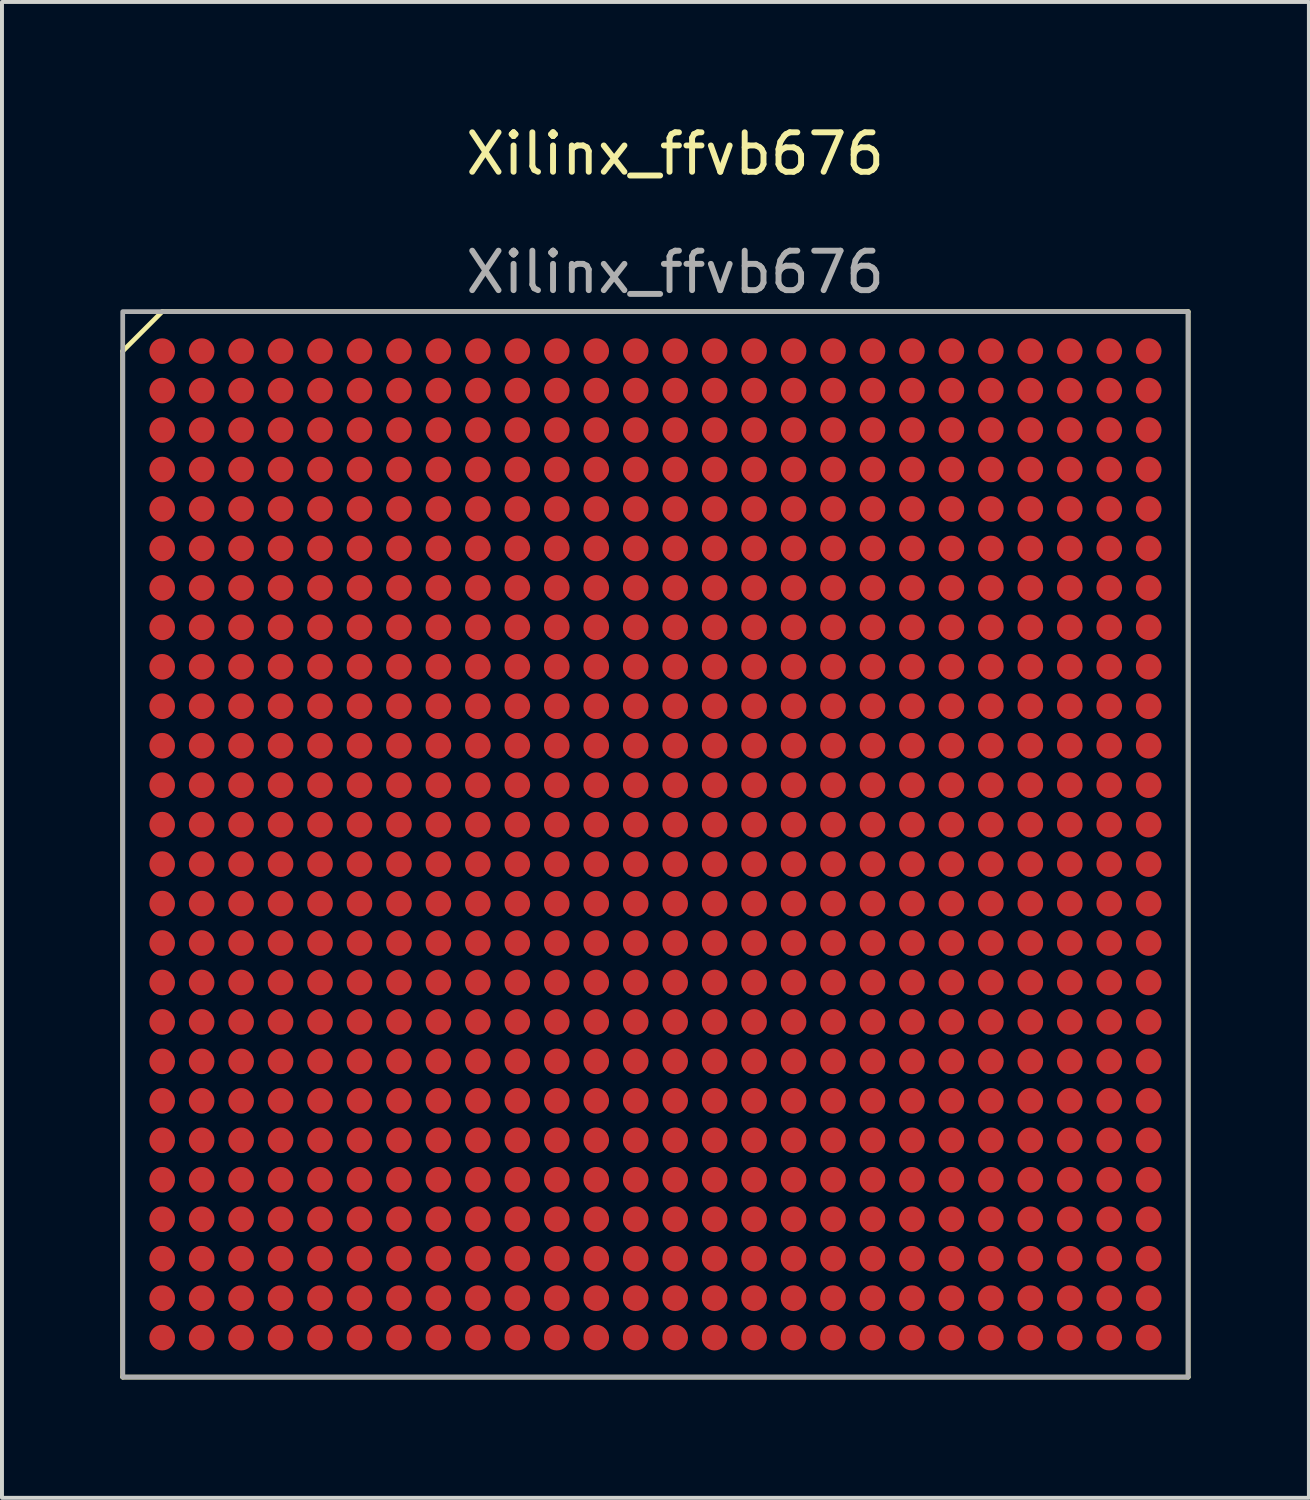
<source format=kicad_pcb>
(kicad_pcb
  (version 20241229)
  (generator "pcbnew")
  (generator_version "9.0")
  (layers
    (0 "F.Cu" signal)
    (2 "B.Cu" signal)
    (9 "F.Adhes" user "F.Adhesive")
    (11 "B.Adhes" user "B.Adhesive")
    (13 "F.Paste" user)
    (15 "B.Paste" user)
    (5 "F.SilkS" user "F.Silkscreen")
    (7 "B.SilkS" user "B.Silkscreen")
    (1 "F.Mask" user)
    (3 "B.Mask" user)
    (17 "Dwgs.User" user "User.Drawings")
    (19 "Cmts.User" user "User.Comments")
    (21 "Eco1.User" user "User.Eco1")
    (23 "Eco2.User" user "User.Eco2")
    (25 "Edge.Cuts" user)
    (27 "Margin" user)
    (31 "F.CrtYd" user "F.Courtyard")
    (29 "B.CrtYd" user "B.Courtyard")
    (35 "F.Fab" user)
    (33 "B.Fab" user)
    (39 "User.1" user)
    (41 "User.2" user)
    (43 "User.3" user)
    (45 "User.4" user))
  (footprint "Xilinx_ffvb676"
    (layer "F.Cu")
    (at 13.56 18.348)
    (property "Reference" "Xilinx_ffvb676" (at 0.5 -17.5 0) (unlocked yes) (layer "F.SilkS") (effects (font (size 1 1) (thickness 0.15))))
    (attr smd)
    (fp_line (start -13.5 -12.5) (end -12.5 -13.5) (stroke (width 0.12) (type solid)) (layer "F.SilkS"))
    (fp_line (start -13.5 13.5) (end -13.5 -12.5) (stroke (width 0.12) (type solid)) (layer "F.SilkS"))
    (fp_line (start -12.5 -13.5) (end 13.5 -13.5) (stroke (width 0.12) (type solid)) (layer "F.SilkS"))
    (fp_line (start 13.5 -13.5) (end 13.5 13.5) (stroke (width 0.12) (type solid)) (layer "F.SilkS"))
    (fp_line (start 13.5 13.5) (end -13.5 13.5) (stroke (width 0.12) (type solid)) (layer "F.SilkS"))
    (fp_rect (start -13.5 -13.5) (end 13.5 13.5) (stroke (width 0.12) (type solid)) (fill no) (layer "F.Fab"))
    (fp_text user "${REFERENCE}" (at 0.5 -14.5 0) (unlocked yes) (layer "F.Fab") (effects (font (size 1 1) (thickness 0.15))))
    (pad "A1" smd circle (at -12.5 -12.5) (size 0.65 0.65) (layers "F.Cu" "F.Mask" "F.Paste"))
    (pad "A2" smd circle (at -11.5 -12.5) (size 0.65 0.65) (layers "F.Cu" "F.Mask" "F.Paste"))
    (pad "A3" smd circle (at -10.5 -12.5) (size 0.65 0.65) (layers "F.Cu" "F.Mask" "F.Paste"))
    (pad "A4" smd circle (at -9.5 -12.5) (size 0.65 0.65) (layers "F.Cu" "F.Mask" "F.Paste"))
    (pad "A5" smd circle (at -8.5 -12.5) (size 0.65 0.65) (layers "F.Cu" "F.Mask" "F.Paste"))
    (pad "A6" smd circle (at -7.5 -12.5) (size 0.65 0.65) (layers "F.Cu" "F.Mask" "F.Paste"))
    (pad "A7" smd circle (at -6.5 -12.5) (size 0.65 0.65) (layers "F.Cu" "F.Mask" "F.Paste"))
    (pad "A8" smd circle (at -5.5 -12.5) (size 0.65 0.65) (layers "F.Cu" "F.Mask" "F.Paste"))
    (pad "A9" smd circle (at -4.5 -12.5) (size 0.65 0.65) (layers "F.Cu" "F.Mask" "F.Paste"))
    (pad "A10" smd circle (at -3.5 -12.5) (size 0.65 0.65) (layers "F.Cu" "F.Mask" "F.Paste"))
    (pad "A11" smd circle (at -2.5 -12.5) (size 0.65 0.65) (layers "F.Cu" "F.Mask" "F.Paste"))
    (pad "A12" smd circle (at -1.5 -12.5) (size 0.65 0.65) (layers "F.Cu" "F.Mask" "F.Paste"))
    (pad "A13" smd circle (at -0.5 -12.5) (size 0.65 0.65) (layers "F.Cu" "F.Mask" "F.Paste"))
    (pad "A14" smd circle (at 0.5 -12.5) (size 0.65 0.65) (layers "F.Cu" "F.Mask" "F.Paste"))
    (pad "A15" smd circle (at 1.5 -12.5) (size 0.65 0.65) (layers "F.Cu" "F.Mask" "F.Paste"))
    (pad "A16" smd circle (at 2.5 -12.5) (size 0.65 0.65) (layers "F.Cu" "F.Mask" "F.Paste"))
    (pad "A17" smd circle (at 3.5 -12.5) (size 0.65 0.65) (layers "F.Cu" "F.Mask" "F.Paste"))
    (pad "A18" smd circle (at 4.5 -12.5) (size 0.65 0.65) (layers "F.Cu" "F.Mask" "F.Paste"))
    (pad "A19" smd circle (at 5.5 -12.5) (size 0.65 0.65) (layers "F.Cu" "F.Mask" "F.Paste"))
    (pad "A20" smd circle (at 6.5 -12.5) (size 0.65 0.65) (layers "F.Cu" "F.Mask" "F.Paste"))
    (pad "A21" smd circle (at 7.5 -12.5) (size 0.65 0.65) (layers "F.Cu" "F.Mask" "F.Paste"))
    (pad "A22" smd circle (at 8.5 -12.5) (size 0.65 0.65) (layers "F.Cu" "F.Mask" "F.Paste"))
    (pad "A23" smd circle (at 9.5 -12.5) (size 0.65 0.65) (layers "F.Cu" "F.Mask" "F.Paste"))
    (pad "A24" smd circle (at 10.5 -12.5) (size 0.65 0.65) (layers "F.Cu" "F.Mask" "F.Paste"))
    (pad "A25" smd circle (at 11.5 -12.5) (size 0.65 0.65) (layers "F.Cu" "F.Mask" "F.Paste"))
    (pad "A26" smd circle (at 12.5 -12.5) (size 0.65 0.65) (layers "F.Cu" "F.Mask" "F.Paste"))
    (pad "AA1" smd circle (at -12.5 7.5) (size 0.65 0.65) (layers "F.Cu" "F.Mask" "F.Paste"))
    (pad "AA2" smd circle (at -11.5 7.5) (size 0.65 0.65) (layers "F.Cu" "F.Mask" "F.Paste"))
    (pad "AA3" smd circle (at -10.5 7.5) (size 0.65 0.65) (layers "F.Cu" "F.Mask" "F.Paste"))
    (pad "AA4" smd circle (at -9.5 7.5) (size 0.65 0.65) (layers "F.Cu" "F.Mask" "F.Paste"))
    (pad "AA5" smd circle (at -8.5 7.5) (size 0.65 0.65) (layers "F.Cu" "F.Mask" "F.Paste"))
    (pad "AA6" smd circle (at -7.5 7.5) (size 0.65 0.65) (layers "F.Cu" "F.Mask" "F.Paste"))
    (pad "AA7" smd circle (at -6.5 7.5) (size 0.65 0.65) (layers "F.Cu" "F.Mask" "F.Paste"))
    (pad "AA8" smd circle (at -5.5 7.5) (size 0.65 0.65) (layers "F.Cu" "F.Mask" "F.Paste"))
    (pad "AA9" smd circle (at -4.5 7.5) (size 0.65 0.65) (layers "F.Cu" "F.Mask" "F.Paste"))
    (pad "AA10" smd circle (at -3.5 7.5) (size 0.65 0.65) (layers "F.Cu" "F.Mask" "F.Paste"))
    (pad "AA11" smd circle (at -2.5 7.5) (size 0.65 0.65) (layers "F.Cu" "F.Mask" "F.Paste"))
    (pad "AA12" smd circle (at -1.5 7.5) (size 0.65 0.65) (layers "F.Cu" "F.Mask" "F.Paste"))
    (pad "AA13" smd circle (at -0.5 7.5) (size 0.65 0.65) (layers "F.Cu" "F.Mask" "F.Paste"))
    (pad "AA14" smd circle (at 0.5 7.5) (size 0.65 0.65) (layers "F.Cu" "F.Mask" "F.Paste"))
    (pad "AA15" smd circle (at 1.5 7.5) (size 0.65 0.65) (layers "F.Cu" "F.Mask" "F.Paste"))
    (pad "AA16" smd circle (at 2.5 7.5) (size 0.65 0.65) (layers "F.Cu" "F.Mask" "F.Paste"))
    (pad "AA17" smd circle (at 3.5 7.5) (size 0.65 0.65) (layers "F.Cu" "F.Mask" "F.Paste"))
    (pad "AA18" smd circle (at 4.5 7.5) (size 0.65 0.65) (layers "F.Cu" "F.Mask" "F.Paste"))
    (pad "AA19" smd circle (at 5.5 7.5) (size 0.65 0.65) (layers "F.Cu" "F.Mask" "F.Paste"))
    (pad "AA20" smd circle (at 6.5 7.5) (size 0.65 0.65) (layers "F.Cu" "F.Mask" "F.Paste"))
    (pad "AA21" smd circle (at 7.5 7.5) (size 0.65 0.65) (layers "F.Cu" "F.Mask" "F.Paste"))
    (pad "AA22" smd circle (at 8.5 7.5) (size 0.65 0.65) (layers "F.Cu" "F.Mask" "F.Paste"))
    (pad "AA23" smd circle (at 9.5 7.5) (size 0.65 0.65) (layers "F.Cu" "F.Mask" "F.Paste"))
    (pad "AA24" smd circle (at 10.5 7.5) (size 0.65 0.65) (layers "F.Cu" "F.Mask" "F.Paste"))
    (pad "AA25" smd circle (at 11.5 7.5) (size 0.65 0.65) (layers "F.Cu" "F.Mask" "F.Paste"))
    (pad "AA26" smd circle (at 12.5 7.5) (size 0.65 0.65) (layers "F.Cu" "F.Mask" "F.Paste"))
    (pad "AB1" smd circle (at -12.5 8.5) (size 0.65 0.65) (layers "F.Cu" "F.Mask" "F.Paste"))
    (pad "AB2" smd circle (at -11.5 8.5) (size 0.65 0.65) (layers "F.Cu" "F.Mask" "F.Paste"))
    (pad "AB3" smd circle (at -10.5 8.5) (size 0.65 0.65) (layers "F.Cu" "F.Mask" "F.Paste"))
    (pad "AB4" smd circle (at -9.5 8.5) (size 0.65 0.65) (layers "F.Cu" "F.Mask" "F.Paste"))
    (pad "AB5" smd circle (at -8.5 8.5) (size 0.65 0.65) (layers "F.Cu" "F.Mask" "F.Paste"))
    (pad "AB6" smd circle (at -7.5 8.5) (size 0.65 0.65) (layers "F.Cu" "F.Mask" "F.Paste"))
    (pad "AB7" smd circle (at -6.5 8.5) (size 0.65 0.65) (layers "F.Cu" "F.Mask" "F.Paste"))
    (pad "AB8" smd circle (at -5.5 8.5) (size 0.65 0.65) (layers "F.Cu" "F.Mask" "F.Paste"))
    (pad "AB9" smd circle (at -4.5 8.5) (size 0.65 0.65) (layers "F.Cu" "F.Mask" "F.Paste"))
    (pad "AB10" smd circle (at -3.5 8.5) (size 0.65 0.65) (layers "F.Cu" "F.Mask" "F.Paste"))
    (pad "AB11" smd circle (at -2.5 8.5) (size 0.65 0.65) (layers "F.Cu" "F.Mask" "F.Paste"))
    (pad "AB12" smd circle (at -1.5 8.5) (size 0.65 0.65) (layers "F.Cu" "F.Mask" "F.Paste"))
    (pad "AB13" smd circle (at -0.5 8.5) (size 0.65 0.65) (layers "F.Cu" "F.Mask" "F.Paste"))
    (pad "AB14" smd circle (at 0.5 8.5) (size 0.65 0.65) (layers "F.Cu" "F.Mask" "F.Paste"))
    (pad "AB15" smd circle (at 1.5 8.5) (size 0.65 0.65) (layers "F.Cu" "F.Mask" "F.Paste"))
    (pad "AB16" smd circle (at 2.5 8.5) (size 0.65 0.65) (layers "F.Cu" "F.Mask" "F.Paste"))
    (pad "AB17" smd circle (at 3.5 8.5) (size 0.65 0.65) (layers "F.Cu" "F.Mask" "F.Paste"))
    (pad "AB18" smd circle (at 4.5 8.5) (size 0.65 0.65) (layers "F.Cu" "F.Mask" "F.Paste"))
    (pad "AB19" smd circle (at 5.5 8.5) (size 0.65 0.65) (layers "F.Cu" "F.Mask" "F.Paste"))
    (pad "AB20" smd circle (at 6.5 8.5) (size 0.65 0.65) (layers "F.Cu" "F.Mask" "F.Paste"))
    (pad "AB21" smd circle (at 7.5 8.5) (size 0.65 0.65) (layers "F.Cu" "F.Mask" "F.Paste"))
    (pad "AB22" smd circle (at 8.5 8.5) (size 0.65 0.65) (layers "F.Cu" "F.Mask" "F.Paste"))
    (pad "AB23" smd circle (at 9.5 8.5) (size 0.65 0.65) (layers "F.Cu" "F.Mask" "F.Paste"))
    (pad "AB24" smd circle (at 10.5 8.5) (size 0.65 0.65) (layers "F.Cu" "F.Mask" "F.Paste"))
    (pad "AB25" smd circle (at 11.5 8.5) (size 0.65 0.65) (layers "F.Cu" "F.Mask" "F.Paste"))
    (pad "AB26" smd circle (at 12.5 8.5) (size 0.65 0.65) (layers "F.Cu" "F.Mask" "F.Paste"))
    (pad "AC1" smd circle (at -12.5 9.5) (size 0.65 0.65) (layers "F.Cu" "F.Mask" "F.Paste"))
    (pad "AC2" smd circle (at -11.5 9.5) (size 0.65 0.65) (layers "F.Cu" "F.Mask" "F.Paste"))
    (pad "AC3" smd circle (at -10.5 9.5) (size 0.65 0.65) (layers "F.Cu" "F.Mask" "F.Paste"))
    (pad "AC4" smd circle (at -9.5 9.5) (size 0.65 0.65) (layers "F.Cu" "F.Mask" "F.Paste"))
    (pad "AC5" smd circle (at -8.5 9.5) (size 0.65 0.65) (layers "F.Cu" "F.Mask" "F.Paste"))
    (pad "AC6" smd circle (at -7.5 9.5) (size 0.65 0.65) (layers "F.Cu" "F.Mask" "F.Paste"))
    (pad "AC7" smd circle (at -6.5 9.5) (size 0.65 0.65) (layers "F.Cu" "F.Mask" "F.Paste"))
    (pad "AC8" smd circle (at -5.5 9.5) (size 0.65 0.65) (layers "F.Cu" "F.Mask" "F.Paste"))
    (pad "AC9" smd circle (at -4.5 9.5) (size 0.65 0.65) (layers "F.Cu" "F.Mask" "F.Paste"))
    (pad "AC10" smd circle (at -3.5 9.5) (size 0.65 0.65) (layers "F.Cu" "F.Mask" "F.Paste"))
    (pad "AC11" smd circle (at -2.5 9.5) (size 0.65 0.65) (layers "F.Cu" "F.Mask" "F.Paste"))
    (pad "AC12" smd circle (at -1.5 9.5) (size 0.65 0.65) (layers "F.Cu" "F.Mask" "F.Paste"))
    (pad "AC13" smd circle (at -0.5 9.5) (size 0.65 0.65) (layers "F.Cu" "F.Mask" "F.Paste"))
    (pad "AC14" smd circle (at 0.5 9.5) (size 0.65 0.65) (layers "F.Cu" "F.Mask" "F.Paste"))
    (pad "AC15" smd circle (at 1.5 9.5) (size 0.65 0.65) (layers "F.Cu" "F.Mask" "F.Paste"))
    (pad "AC16" smd circle (at 2.5 9.5) (size 0.65 0.65) (layers "F.Cu" "F.Mask" "F.Paste"))
    (pad "AC17" smd circle (at 3.5 9.5) (size 0.65 0.65) (layers "F.Cu" "F.Mask" "F.Paste"))
    (pad "AC18" smd circle (at 4.5 9.5) (size 0.65 0.65) (layers "F.Cu" "F.Mask" "F.Paste"))
    (pad "AC19" smd circle (at 5.5 9.5) (size 0.65 0.65) (layers "F.Cu" "F.Mask" "F.Paste"))
    (pad "AC20" smd circle (at 6.5 9.5) (size 0.65 0.65) (layers "F.Cu" "F.Mask" "F.Paste"))
    (pad "AC21" smd circle (at 7.5 9.5) (size 0.65 0.65) (layers "F.Cu" "F.Mask" "F.Paste"))
    (pad "AC22" smd circle (at 8.5 9.5) (size 0.65 0.65) (layers "F.Cu" "F.Mask" "F.Paste"))
    (pad "AC23" smd circle (at 9.5 9.5) (size 0.65 0.65) (layers "F.Cu" "F.Mask" "F.Paste"))
    (pad "AC24" smd circle (at 10.5 9.5) (size 0.65 0.65) (layers "F.Cu" "F.Mask" "F.Paste"))
    (pad "AC25" smd circle (at 11.5 9.5) (size 0.65 0.65) (layers "F.Cu" "F.Mask" "F.Paste"))
    (pad "AC26" smd circle (at 12.5 9.5) (size 0.65 0.65) (layers "F.Cu" "F.Mask" "F.Paste"))
    (pad "AD1" smd circle (at -12.5 10.5) (size 0.65 0.65) (layers "F.Cu" "F.Mask" "F.Paste"))
    (pad "AD2" smd circle (at -11.5 10.5) (size 0.65 0.65) (layers "F.Cu" "F.Mask" "F.Paste"))
    (pad "AD3" smd circle (at -10.5 10.5) (size 0.65 0.65) (layers "F.Cu" "F.Mask" "F.Paste"))
    (pad "AD4" smd circle (at -9.5 10.5) (size 0.65 0.65) (layers "F.Cu" "F.Mask" "F.Paste"))
    (pad "AD5" smd circle (at -8.5 10.5) (size 0.65 0.65) (layers "F.Cu" "F.Mask" "F.Paste"))
    (pad "AD6" smd circle (at -7.5 10.5) (size 0.65 0.65) (layers "F.Cu" "F.Mask" "F.Paste"))
    (pad "AD7" smd circle (at -6.5 10.5) (size 0.65 0.65) (layers "F.Cu" "F.Mask" "F.Paste"))
    (pad "AD8" smd circle (at -5.5 10.5) (size 0.65 0.65) (layers "F.Cu" "F.Mask" "F.Paste"))
    (pad "AD9" smd circle (at -4.5 10.5) (size 0.65 0.65) (layers "F.Cu" "F.Mask" "F.Paste"))
    (pad "AD10" smd circle (at -3.5 10.5) (size 0.65 0.65) (layers "F.Cu" "F.Mask" "F.Paste"))
    (pad "AD11" smd circle (at -2.5 10.5) (size 0.65 0.65) (layers "F.Cu" "F.Mask" "F.Paste"))
    (pad "AD12" smd circle (at -1.5 10.5) (size 0.65 0.65) (layers "F.Cu" "F.Mask" "F.Paste"))
    (pad "AD13" smd circle (at -0.5 10.5) (size 0.65 0.65) (layers "F.Cu" "F.Mask" "F.Paste"))
    (pad "AD14" smd circle (at 0.5 10.5) (size 0.65 0.65) (layers "F.Cu" "F.Mask" "F.Paste"))
    (pad "AD15" smd circle (at 1.5 10.5) (size 0.65 0.65) (layers "F.Cu" "F.Mask" "F.Paste"))
    (pad "AD16" smd circle (at 2.5 10.5) (size 0.65 0.65) (layers "F.Cu" "F.Mask" "F.Paste"))
    (pad "AD17" smd circle (at 3.5 10.5) (size 0.65 0.65) (layers "F.Cu" "F.Mask" "F.Paste"))
    (pad "AD18" smd circle (at 4.5 10.5) (size 0.65 0.65) (layers "F.Cu" "F.Mask" "F.Paste"))
    (pad "AD19" smd circle (at 5.5 10.5) (size 0.65 0.65) (layers "F.Cu" "F.Mask" "F.Paste"))
    (pad "AD20" smd circle (at 6.5 10.5) (size 0.65 0.65) (layers "F.Cu" "F.Mask" "F.Paste"))
    (pad "AD21" smd circle (at 7.5 10.5) (size 0.65 0.65) (layers "F.Cu" "F.Mask" "F.Paste"))
    (pad "AD22" smd circle (at 8.5 10.5) (size 0.65 0.65) (layers "F.Cu" "F.Mask" "F.Paste"))
    (pad "AD23" smd circle (at 9.5 10.5) (size 0.65 0.65) (layers "F.Cu" "F.Mask" "F.Paste"))
    (pad "AD24" smd circle (at 10.5 10.5) (size 0.65 0.65) (layers "F.Cu" "F.Mask" "F.Paste"))
    (pad "AD25" smd circle (at 11.5 10.5) (size 0.65 0.65) (layers "F.Cu" "F.Mask" "F.Paste"))
    (pad "AD26" smd circle (at 12.5 10.5) (size 0.65 0.65) (layers "F.Cu" "F.Mask" "F.Paste"))
    (pad "AE1" smd circle (at -12.5 11.5) (size 0.65 0.65) (layers "F.Cu" "F.Mask" "F.Paste"))
    (pad "AE2" smd circle (at -11.5 11.5) (size 0.65 0.65) (layers "F.Cu" "F.Mask" "F.Paste"))
    (pad "AE3" smd circle (at -10.5 11.5) (size 0.65 0.65) (layers "F.Cu" "F.Mask" "F.Paste"))
    (pad "AE4" smd circle (at -9.5 11.5) (size 0.65 0.65) (layers "F.Cu" "F.Mask" "F.Paste"))
    (pad "AE5" smd circle (at -8.5 11.5) (size 0.65 0.65) (layers "F.Cu" "F.Mask" "F.Paste"))
    (pad "AE6" smd circle (at -7.5 11.5) (size 0.65 0.65) (layers "F.Cu" "F.Mask" "F.Paste"))
    (pad "AE7" smd circle (at -6.5 11.5) (size 0.65 0.65) (layers "F.Cu" "F.Mask" "F.Paste"))
    (pad "AE8" smd circle (at -5.5 11.5) (size 0.65 0.65) (layers "F.Cu" "F.Mask" "F.Paste"))
    (pad "AE9" smd circle (at -4.5 11.5) (size 0.65 0.65) (layers "F.Cu" "F.Mask" "F.Paste"))
    (pad "AE10" smd circle (at -3.5 11.5) (size 0.65 0.65) (layers "F.Cu" "F.Mask" "F.Paste"))
    (pad "AE11" smd circle (at -2.5 11.5) (size 0.65 0.65) (layers "F.Cu" "F.Mask" "F.Paste"))
    (pad "AE12" smd circle (at -1.5 11.5) (size 0.65 0.65) (layers "F.Cu" "F.Mask" "F.Paste"))
    (pad "AE13" smd circle (at -0.5 11.5) (size 0.65 0.65) (layers "F.Cu" "F.Mask" "F.Paste"))
    (pad "AE14" smd circle (at 0.5 11.5) (size 0.65 0.65) (layers "F.Cu" "F.Mask" "F.Paste"))
    (pad "AE15" smd circle (at 1.5 11.5) (size 0.65 0.65) (layers "F.Cu" "F.Mask" "F.Paste"))
    (pad "AE16" smd circle (at 2.5 11.5) (size 0.65 0.65) (layers "F.Cu" "F.Mask" "F.Paste"))
    (pad "AE17" smd circle (at 3.5 11.5) (size 0.65 0.65) (layers "F.Cu" "F.Mask" "F.Paste"))
    (pad "AE18" smd circle (at 4.5 11.5) (size 0.65 0.65) (layers "F.Cu" "F.Mask" "F.Paste"))
    (pad "AE19" smd circle (at 5.5 11.5) (size 0.65 0.65) (layers "F.Cu" "F.Mask" "F.Paste"))
    (pad "AE20" smd circle (at 6.5 11.5) (size 0.65 0.65) (layers "F.Cu" "F.Mask" "F.Paste"))
    (pad "AE21" smd circle (at 7.5 11.5) (size 0.65 0.65) (layers "F.Cu" "F.Mask" "F.Paste"))
    (pad "AE22" smd circle (at 8.5 11.5) (size 0.65 0.65) (layers "F.Cu" "F.Mask" "F.Paste"))
    (pad "AE23" smd circle (at 9.5 11.5) (size 0.65 0.65) (layers "F.Cu" "F.Mask" "F.Paste"))
    (pad "AE24" smd circle (at 10.5 11.5) (size 0.65 0.65) (layers "F.Cu" "F.Mask" "F.Paste"))
    (pad "AE25" smd circle (at 11.5 11.5) (size 0.65 0.65) (layers "F.Cu" "F.Mask" "F.Paste"))
    (pad "AE26" smd circle (at 12.5 11.5) (size 0.65 0.65) (layers "F.Cu" "F.Mask" "F.Paste"))
    (pad "AF1" smd circle (at -12.5 12.5) (size 0.65 0.65) (layers "F.Cu" "F.Mask" "F.Paste"))
    (pad "AF2" smd circle (at -11.5 12.5) (size 0.65 0.65) (layers "F.Cu" "F.Mask" "F.Paste"))
    (pad "AF3" smd circle (at -10.5 12.5) (size 0.65 0.65) (layers "F.Cu" "F.Mask" "F.Paste"))
    (pad "AF4" smd circle (at -9.5 12.5) (size 0.65 0.65) (layers "F.Cu" "F.Mask" "F.Paste"))
    (pad "AF5" smd circle (at -8.5 12.5) (size 0.65 0.65) (layers "F.Cu" "F.Mask" "F.Paste"))
    (pad "AF6" smd circle (at -7.5 12.5) (size 0.65 0.65) (layers "F.Cu" "F.Mask" "F.Paste"))
    (pad "AF7" smd circle (at -6.5 12.5) (size 0.65 0.65) (layers "F.Cu" "F.Mask" "F.Paste"))
    (pad "AF8" smd circle (at -5.5 12.5) (size 0.65 0.65) (layers "F.Cu" "F.Mask" "F.Paste"))
    (pad "AF9" smd circle (at -4.5 12.5) (size 0.65 0.65) (layers "F.Cu" "F.Mask" "F.Paste"))
    (pad "AF10" smd circle (at -3.5 12.5) (size 0.65 0.65) (layers "F.Cu" "F.Mask" "F.Paste"))
    (pad "AF11" smd circle (at -2.5 12.5) (size 0.65 0.65) (layers "F.Cu" "F.Mask" "F.Paste"))
    (pad "AF12" smd circle (at -1.5 12.5) (size 0.65 0.65) (layers "F.Cu" "F.Mask" "F.Paste"))
    (pad "AF13" smd circle (at -0.5 12.5) (size 0.65 0.65) (layers "F.Cu" "F.Mask" "F.Paste"))
    (pad "AF14" smd circle (at 0.5 12.5) (size 0.65 0.65) (layers "F.Cu" "F.Mask" "F.Paste"))
    (pad "AF15" smd circle (at 1.5 12.5) (size 0.65 0.65) (layers "F.Cu" "F.Mask" "F.Paste"))
    (pad "AF16" smd circle (at 2.5 12.5) (size 0.65 0.65) (layers "F.Cu" "F.Mask" "F.Paste"))
    (pad "AF17" smd circle (at 3.5 12.5) (size 0.65 0.65) (layers "F.Cu" "F.Mask" "F.Paste"))
    (pad "AF18" smd circle (at 4.5 12.5) (size 0.65 0.65) (layers "F.Cu" "F.Mask" "F.Paste"))
    (pad "AF19" smd circle (at 5.5 12.5) (size 0.65 0.65) (layers "F.Cu" "F.Mask" "F.Paste"))
    (pad "AF20" smd circle (at 6.5 12.5) (size 0.65 0.65) (layers "F.Cu" "F.Mask" "F.Paste"))
    (pad "AF21" smd circle (at 7.5 12.5) (size 0.65 0.65) (layers "F.Cu" "F.Mask" "F.Paste"))
    (pad "AF22" smd circle (at 8.5 12.5) (size 0.65 0.65) (layers "F.Cu" "F.Mask" "F.Paste"))
    (pad "AF23" smd circle (at 9.5 12.5) (size 0.65 0.65) (layers "F.Cu" "F.Mask" "F.Paste"))
    (pad "AF24" smd circle (at 10.5 12.5) (size 0.65 0.65) (layers "F.Cu" "F.Mask" "F.Paste"))
    (pad "AF25" smd circle (at 11.5 12.5) (size 0.65 0.65) (layers "F.Cu" "F.Mask" "F.Paste"))
    (pad "AF26" smd circle (at 12.5 12.5) (size 0.65 0.65) (layers "F.Cu" "F.Mask" "F.Paste"))
    (pad "B1" smd circle (at -12.5 -11.5) (size 0.65 0.65) (layers "F.Cu" "F.Mask" "F.Paste"))
    (pad "B2" smd circle (at -11.5 -11.5) (size 0.65 0.65) (layers "F.Cu" "F.Mask" "F.Paste"))
    (pad "B3" smd circle (at -10.5 -11.5) (size 0.65 0.65) (layers "F.Cu" "F.Mask" "F.Paste"))
    (pad "B4" smd circle (at -9.5 -11.5) (size 0.65 0.65) (layers "F.Cu" "F.Mask" "F.Paste"))
    (pad "B5" smd circle (at -8.5 -11.5) (size 0.65 0.65) (layers "F.Cu" "F.Mask" "F.Paste"))
    (pad "B6" smd circle (at -7.5 -11.5) (size 0.65 0.65) (layers "F.Cu" "F.Mask" "F.Paste"))
    (pad "B7" smd circle (at -6.5 -11.5) (size 0.65 0.65) (layers "F.Cu" "F.Mask" "F.Paste"))
    (pad "B8" smd circle (at -5.5 -11.5) (size 0.65 0.65) (layers "F.Cu" "F.Mask" "F.Paste"))
    (pad "B9" smd circle (at -4.5 -11.5) (size 0.65 0.65) (layers "F.Cu" "F.Mask" "F.Paste"))
    (pad "B10" smd circle (at -3.5 -11.5) (size 0.65 0.65) (layers "F.Cu" "F.Mask" "F.Paste"))
    (pad "B11" smd circle (at -2.5 -11.5) (size 0.65 0.65) (layers "F.Cu" "F.Mask" "F.Paste"))
    (pad "B12" smd circle (at -1.5 -11.5) (size 0.65 0.65) (layers "F.Cu" "F.Mask" "F.Paste"))
    (pad "B13" smd circle (at -0.5 -11.5) (size 0.65 0.65) (layers "F.Cu" "F.Mask" "F.Paste"))
    (pad "B14" smd circle (at 0.5 -11.5) (size 0.65 0.65) (layers "F.Cu" "F.Mask" "F.Paste"))
    (pad "B15" smd circle (at 1.5 -11.5) (size 0.65 0.65) (layers "F.Cu" "F.Mask" "F.Paste"))
    (pad "B16" smd circle (at 2.5 -11.5) (size 0.65 0.65) (layers "F.Cu" "F.Mask" "F.Paste"))
    (pad "B17" smd circle (at 3.5 -11.5) (size 0.65 0.65) (layers "F.Cu" "F.Mask" "F.Paste"))
    (pad "B18" smd circle (at 4.5 -11.5) (size 0.65 0.65) (layers "F.Cu" "F.Mask" "F.Paste"))
    (pad "B19" smd circle (at 5.5 -11.5) (size 0.65 0.65) (layers "F.Cu" "F.Mask" "F.Paste"))
    (pad "B20" smd circle (at 6.5 -11.5) (size 0.65 0.65) (layers "F.Cu" "F.Mask" "F.Paste"))
    (pad "B21" smd circle (at 7.5 -11.5) (size 0.65 0.65) (layers "F.Cu" "F.Mask" "F.Paste"))
    (pad "B22" smd circle (at 8.5 -11.5) (size 0.65 0.65) (layers "F.Cu" "F.Mask" "F.Paste"))
    (pad "B23" smd circle (at 9.5 -11.5) (size 0.65 0.65) (layers "F.Cu" "F.Mask" "F.Paste"))
    (pad "B24" smd circle (at 10.5 -11.5) (size 0.65 0.65) (layers "F.Cu" "F.Mask" "F.Paste"))
    (pad "B25" smd circle (at 11.5 -11.5) (size 0.65 0.65) (layers "F.Cu" "F.Mask" "F.Paste"))
    (pad "B26" smd circle (at 12.5 -11.5) (size 0.65 0.65) (layers "F.Cu" "F.Mask" "F.Paste"))
    (pad "C1" smd circle (at -12.5 -10.5) (size 0.65 0.65) (layers "F.Cu" "F.Mask" "F.Paste"))
    (pad "C2" smd circle (at -11.5 -10.5) (size 0.65 0.65) (layers "F.Cu" "F.Mask" "F.Paste"))
    (pad "C3" smd circle (at -10.5 -10.5) (size 0.65 0.65) (layers "F.Cu" "F.Mask" "F.Paste"))
    (pad "C4" smd circle (at -9.5 -10.5) (size 0.65 0.65) (layers "F.Cu" "F.Mask" "F.Paste"))
    (pad "C5" smd circle (at -8.5 -10.5) (size 0.65 0.65) (layers "F.Cu" "F.Mask" "F.Paste"))
    (pad "C6" smd circle (at -7.5 -10.5) (size 0.65 0.65) (layers "F.Cu" "F.Mask" "F.Paste"))
    (pad "C7" smd circle (at -6.5 -10.5) (size 0.65 0.65) (layers "F.Cu" "F.Mask" "F.Paste"))
    (pad "C8" smd circle (at -5.5 -10.5) (size 0.65 0.65) (layers "F.Cu" "F.Mask" "F.Paste"))
    (pad "C9" smd circle (at -4.5 -10.5) (size 0.65 0.65) (layers "F.Cu" "F.Mask" "F.Paste"))
    (pad "C10" smd circle (at -3.5 -10.5) (size 0.65 0.65) (layers "F.Cu" "F.Mask" "F.Paste"))
    (pad "C11" smd circle (at -2.5 -10.5) (size 0.65 0.65) (layers "F.Cu" "F.Mask" "F.Paste"))
    (pad "C12" smd circle (at -1.5 -10.5) (size 0.65 0.65) (layers "F.Cu" "F.Mask" "F.Paste"))
    (pad "C13" smd circle (at -0.5 -10.5) (size 0.65 0.65) (layers "F.Cu" "F.Mask" "F.Paste"))
    (pad "C14" smd circle (at 0.5 -10.5) (size 0.65 0.65) (layers "F.Cu" "F.Mask" "F.Paste"))
    (pad "C15" smd circle (at 1.5 -10.5) (size 0.65 0.65) (layers "F.Cu" "F.Mask" "F.Paste"))
    (pad "C16" smd circle (at 2.5 -10.5) (size 0.65 0.65) (layers "F.Cu" "F.Mask" "F.Paste"))
    (pad "C17" smd circle (at 3.5 -10.5) (size 0.65 0.65) (layers "F.Cu" "F.Mask" "F.Paste"))
    (pad "C18" smd circle (at 4.5 -10.5) (size 0.65 0.65) (layers "F.Cu" "F.Mask" "F.Paste"))
    (pad "C19" smd circle (at 5.5 -10.5) (size 0.65 0.65) (layers "F.Cu" "F.Mask" "F.Paste"))
    (pad "C20" smd circle (at 6.5 -10.5) (size 0.65 0.65) (layers "F.Cu" "F.Mask" "F.Paste"))
    (pad "C21" smd circle (at 7.5 -10.5) (size 0.65 0.65) (layers "F.Cu" "F.Mask" "F.Paste"))
    (pad "C22" smd circle (at 8.5 -10.5) (size 0.65 0.65) (layers "F.Cu" "F.Mask" "F.Paste"))
    (pad "C23" smd circle (at 9.5 -10.5) (size 0.65 0.65) (layers "F.Cu" "F.Mask" "F.Paste"))
    (pad "C24" smd circle (at 10.5 -10.5) (size 0.65 0.65) (layers "F.Cu" "F.Mask" "F.Paste"))
    (pad "C25" smd circle (at 11.5 -10.5) (size 0.65 0.65) (layers "F.Cu" "F.Mask" "F.Paste"))
    (pad "C26" smd circle (at 12.5 -10.5) (size 0.65 0.65) (layers "F.Cu" "F.Mask" "F.Paste"))
    (pad "D1" smd circle (at -12.5 -9.5) (size 0.65 0.65) (layers "F.Cu" "F.Mask" "F.Paste"))
    (pad "D2" smd circle (at -11.5 -9.5) (size 0.65 0.65) (layers "F.Cu" "F.Mask" "F.Paste"))
    (pad "D3" smd circle (at -10.5 -9.5) (size 0.65 0.65) (layers "F.Cu" "F.Mask" "F.Paste"))
    (pad "D4" smd circle (at -9.5 -9.5) (size 0.65 0.65) (layers "F.Cu" "F.Mask" "F.Paste"))
    (pad "D5" smd circle (at -8.5 -9.5) (size 0.65 0.65) (layers "F.Cu" "F.Mask" "F.Paste"))
    (pad "D6" smd circle (at -7.5 -9.5) (size 0.65 0.65) (layers "F.Cu" "F.Mask" "F.Paste"))
    (pad "D7" smd circle (at -6.5 -9.5) (size 0.65 0.65) (layers "F.Cu" "F.Mask" "F.Paste"))
    (pad "D8" smd circle (at -5.5 -9.5) (size 0.65 0.65) (layers "F.Cu" "F.Mask" "F.Paste"))
    (pad "D9" smd circle (at -4.5 -9.5) (size 0.65 0.65) (layers "F.Cu" "F.Mask" "F.Paste"))
    (pad "D10" smd circle (at -3.5 -9.5) (size 0.65 0.65) (layers "F.Cu" "F.Mask" "F.Paste"))
    (pad "D11" smd circle (at -2.5 -9.5) (size 0.65 0.65) (layers "F.Cu" "F.Mask" "F.Paste"))
    (pad "D12" smd circle (at -1.5 -9.5) (size 0.65 0.65) (layers "F.Cu" "F.Mask" "F.Paste"))
    (pad "D13" smd circle (at -0.5 -9.5) (size 0.65 0.65) (layers "F.Cu" "F.Mask" "F.Paste"))
    (pad "D14" smd circle (at 0.5 -9.5) (size 0.65 0.65) (layers "F.Cu" "F.Mask" "F.Paste"))
    (pad "D15" smd circle (at 1.5 -9.5) (size 0.65 0.65) (layers "F.Cu" "F.Mask" "F.Paste"))
    (pad "D16" smd circle (at 2.5 -9.5) (size 0.65 0.65) (layers "F.Cu" "F.Mask" "F.Paste"))
    (pad "D17" smd circle (at 3.5 -9.5) (size 0.65 0.65) (layers "F.Cu" "F.Mask" "F.Paste"))
    (pad "D18" smd circle (at 4.5 -9.5) (size 0.65 0.65) (layers "F.Cu" "F.Mask" "F.Paste"))
    (pad "D19" smd circle (at 5.5 -9.5) (size 0.65 0.65) (layers "F.Cu" "F.Mask" "F.Paste"))
    (pad "D20" smd circle (at 6.5 -9.5) (size 0.65 0.65) (layers "F.Cu" "F.Mask" "F.Paste"))
    (pad "D21" smd circle (at 7.5 -9.5) (size 0.65 0.65) (layers "F.Cu" "F.Mask" "F.Paste"))
    (pad "D22" smd circle (at 8.5 -9.5) (size 0.65 0.65) (layers "F.Cu" "F.Mask" "F.Paste"))
    (pad "D23" smd circle (at 9.5 -9.5) (size 0.65 0.65) (layers "F.Cu" "F.Mask" "F.Paste"))
    (pad "D24" smd circle (at 10.5 -9.5) (size 0.65 0.65) (layers "F.Cu" "F.Mask" "F.Paste"))
    (pad "D25" smd circle (at 11.5 -9.5) (size 0.65 0.65) (layers "F.Cu" "F.Mask" "F.Paste"))
    (pad "D26" smd circle (at 12.5 -9.5) (size 0.65 0.65) (layers "F.Cu" "F.Mask" "F.Paste"))
    (pad "E1" smd circle (at -12.5 -8.5) (size 0.65 0.65) (layers "F.Cu" "F.Mask" "F.Paste"))
    (pad "E2" smd circle (at -11.5 -8.5) (size 0.65 0.65) (layers "F.Cu" "F.Mask" "F.Paste"))
    (pad "E3" smd circle (at -10.5 -8.5) (size 0.65 0.65) (layers "F.Cu" "F.Mask" "F.Paste"))
    (pad "E4" smd circle (at -9.5 -8.5) (size 0.65 0.65) (layers "F.Cu" "F.Mask" "F.Paste"))
    (pad "E5" smd circle (at -8.5 -8.5) (size 0.65 0.65) (layers "F.Cu" "F.Mask" "F.Paste"))
    (pad "E6" smd circle (at -7.5 -8.5) (size 0.65 0.65) (layers "F.Cu" "F.Mask" "F.Paste"))
    (pad "E7" smd circle (at -6.5 -8.5) (size 0.65 0.65) (layers "F.Cu" "F.Mask" "F.Paste"))
    (pad "E8" smd circle (at -5.5 -8.5) (size 0.65 0.65) (layers "F.Cu" "F.Mask" "F.Paste"))
    (pad "E9" smd circle (at -4.5 -8.5) (size 0.65 0.65) (layers "F.Cu" "F.Mask" "F.Paste"))
    (pad "E10" smd circle (at -3.5 -8.5) (size 0.65 0.65) (layers "F.Cu" "F.Mask" "F.Paste"))
    (pad "E11" smd circle (at -2.5 -8.5) (size 0.65 0.65) (layers "F.Cu" "F.Mask" "F.Paste"))
    (pad "E12" smd circle (at -1.5 -8.5) (size 0.65 0.65) (layers "F.Cu" "F.Mask" "F.Paste"))
    (pad "E13" smd circle (at -0.5 -8.5) (size 0.65 0.65) (layers "F.Cu" "F.Mask" "F.Paste"))
    (pad "E14" smd circle (at 0.5 -8.5) (size 0.65 0.65) (layers "F.Cu" "F.Mask" "F.Paste"))
    (pad "E15" smd circle (at 1.5 -8.5) (size 0.65 0.65) (layers "F.Cu" "F.Mask" "F.Paste"))
    (pad "E16" smd circle (at 2.5 -8.5) (size 0.65 0.65) (layers "F.Cu" "F.Mask" "F.Paste"))
    (pad "E17" smd circle (at 3.5 -8.5) (size 0.65 0.65) (layers "F.Cu" "F.Mask" "F.Paste"))
    (pad "E18" smd circle (at 4.5 -8.5) (size 0.65 0.65) (layers "F.Cu" "F.Mask" "F.Paste"))
    (pad "E19" smd circle (at 5.5 -8.5) (size 0.65 0.65) (layers "F.Cu" "F.Mask" "F.Paste"))
    (pad "E20" smd circle (at 6.5 -8.5) (size 0.65 0.65) (layers "F.Cu" "F.Mask" "F.Paste"))
    (pad "E21" smd circle (at 7.5 -8.5) (size 0.65 0.65) (layers "F.Cu" "F.Mask" "F.Paste"))
    (pad "E22" smd circle (at 8.5 -8.5) (size 0.65 0.65) (layers "F.Cu" "F.Mask" "F.Paste"))
    (pad "E23" smd circle (at 9.5 -8.5) (size 0.65 0.65) (layers "F.Cu" "F.Mask" "F.Paste"))
    (pad "E24" smd circle (at 10.5 -8.5) (size 0.65 0.65) (layers "F.Cu" "F.Mask" "F.Paste"))
    (pad "E25" smd circle (at 11.5 -8.5) (size 0.65 0.65) (layers "F.Cu" "F.Mask" "F.Paste"))
    (pad "E26" smd circle (at 12.5 -8.5) (size 0.65 0.65) (layers "F.Cu" "F.Mask" "F.Paste"))
    (pad "F1" smd circle (at -12.5 -7.5) (size 0.65 0.65) (layers "F.Cu" "F.Mask" "F.Paste"))
    (pad "F2" smd circle (at -11.5 -7.5) (size 0.65 0.65) (layers "F.Cu" "F.Mask" "F.Paste"))
    (pad "F3" smd circle (at -10.5 -7.5) (size 0.65 0.65) (layers "F.Cu" "F.Mask" "F.Paste"))
    (pad "F4" smd circle (at -9.5 -7.5) (size 0.65 0.65) (layers "F.Cu" "F.Mask" "F.Paste"))
    (pad "F5" smd circle (at -8.5 -7.5) (size 0.65 0.65) (layers "F.Cu" "F.Mask" "F.Paste"))
    (pad "F6" smd circle (at -7.5 -7.5) (size 0.65 0.65) (layers "F.Cu" "F.Mask" "F.Paste"))
    (pad "F7" smd circle (at -6.5 -7.5) (size 0.65 0.65) (layers "F.Cu" "F.Mask" "F.Paste"))
    (pad "F8" smd circle (at -5.5 -7.5) (size 0.65 0.65) (layers "F.Cu" "F.Mask" "F.Paste"))
    (pad "F9" smd circle (at -4.5 -7.5) (size 0.65 0.65) (layers "F.Cu" "F.Mask" "F.Paste"))
    (pad "F10" smd circle (at -3.5 -7.5) (size 0.65 0.65) (layers "F.Cu" "F.Mask" "F.Paste"))
    (pad "F11" smd circle (at -2.5 -7.5) (size 0.65 0.65) (layers "F.Cu" "F.Mask" "F.Paste"))
    (pad "F12" smd circle (at -1.5 -7.5) (size 0.65 0.65) (layers "F.Cu" "F.Mask" "F.Paste"))
    (pad "F13" smd circle (at -0.5 -7.5) (size 0.65 0.65) (layers "F.Cu" "F.Mask" "F.Paste"))
    (pad "F14" smd circle (at 0.5 -7.5) (size 0.65 0.65) (layers "F.Cu" "F.Mask" "F.Paste"))
    (pad "F15" smd circle (at 1.5 -7.5) (size 0.65 0.65) (layers "F.Cu" "F.Mask" "F.Paste"))
    (pad "F16" smd circle (at 2.5 -7.5) (size 0.65 0.65) (layers "F.Cu" "F.Mask" "F.Paste"))
    (pad "F17" smd circle (at 3.5 -7.5) (size 0.65 0.65) (layers "F.Cu" "F.Mask" "F.Paste"))
    (pad "F18" smd circle (at 4.5 -7.5) (size 0.65 0.65) (layers "F.Cu" "F.Mask" "F.Paste"))
    (pad "F19" smd circle (at 5.5 -7.5) (size 0.65 0.65) (layers "F.Cu" "F.Mask" "F.Paste"))
    (pad "F20" smd circle (at 6.5 -7.5) (size 0.65 0.65) (layers "F.Cu" "F.Mask" "F.Paste"))
    (pad "F21" smd circle (at 7.5 -7.5) (size 0.65 0.65) (layers "F.Cu" "F.Mask" "F.Paste"))
    (pad "F22" smd circle (at 8.5 -7.5) (size 0.65 0.65) (layers "F.Cu" "F.Mask" "F.Paste"))
    (pad "F23" smd circle (at 9.5 -7.5) (size 0.65 0.65) (layers "F.Cu" "F.Mask" "F.Paste"))
    (pad "F24" smd circle (at 10.5 -7.5) (size 0.65 0.65) (layers "F.Cu" "F.Mask" "F.Paste"))
    (pad "F25" smd circle (at 11.5 -7.5) (size 0.65 0.65) (layers "F.Cu" "F.Mask" "F.Paste"))
    (pad "F26" smd circle (at 12.5 -7.5) (size 0.65 0.65) (layers "F.Cu" "F.Mask" "F.Paste"))
    (pad "G1" smd circle (at -12.5 -6.5) (size 0.65 0.65) (layers "F.Cu" "F.Mask" "F.Paste"))
    (pad "G2" smd circle (at -11.5 -6.5) (size 0.65 0.65) (layers "F.Cu" "F.Mask" "F.Paste"))
    (pad "G3" smd circle (at -10.5 -6.5) (size 0.65 0.65) (layers "F.Cu" "F.Mask" "F.Paste"))
    (pad "G4" smd circle (at -9.5 -6.5) (size 0.65 0.65) (layers "F.Cu" "F.Mask" "F.Paste"))
    (pad "G5" smd circle (at -8.5 -6.5) (size 0.65 0.65) (layers "F.Cu" "F.Mask" "F.Paste"))
    (pad "G6" smd circle (at -7.5 -6.5) (size 0.65 0.65) (layers "F.Cu" "F.Mask" "F.Paste"))
    (pad "G7" smd circle (at -6.5 -6.5) (size 0.65 0.65) (layers "F.Cu" "F.Mask" "F.Paste"))
    (pad "G8" smd circle (at -5.5 -6.5) (size 0.65 0.65) (layers "F.Cu" "F.Mask" "F.Paste"))
    (pad "G9" smd circle (at -4.5 -6.5) (size 0.65 0.65) (layers "F.Cu" "F.Mask" "F.Paste"))
    (pad "G10" smd circle (at -3.5 -6.5) (size 0.65 0.65) (layers "F.Cu" "F.Mask" "F.Paste"))
    (pad "G11" smd circle (at -2.5 -6.5) (size 0.65 0.65) (layers "F.Cu" "F.Mask" "F.Paste"))
    (pad "G12" smd circle (at -1.5 -6.5) (size 0.65 0.65) (layers "F.Cu" "F.Mask" "F.Paste"))
    (pad "G13" smd circle (at -0.5 -6.5) (size 0.65 0.65) (layers "F.Cu" "F.Mask" "F.Paste"))
    (pad "G14" smd circle (at 0.5 -6.5) (size 0.65 0.65) (layers "F.Cu" "F.Mask" "F.Paste"))
    (pad "G15" smd circle (at 1.5 -6.5) (size 0.65 0.65) (layers "F.Cu" "F.Mask" "F.Paste"))
    (pad "G16" smd circle (at 2.5 -6.5) (size 0.65 0.65) (layers "F.Cu" "F.Mask" "F.Paste"))
    (pad "G17" smd circle (at 3.5 -6.5) (size 0.65 0.65) (layers "F.Cu" "F.Mask" "F.Paste"))
    (pad "G18" smd circle (at 4.5 -6.5) (size 0.65 0.65) (layers "F.Cu" "F.Mask" "F.Paste"))
    (pad "G19" smd circle (at 5.5 -6.5) (size 0.65 0.65) (layers "F.Cu" "F.Mask" "F.Paste"))
    (pad "G20" smd circle (at 6.5 -6.5) (size 0.65 0.65) (layers "F.Cu" "F.Mask" "F.Paste"))
    (pad "G21" smd circle (at 7.5 -6.5) (size 0.65 0.65) (layers "F.Cu" "F.Mask" "F.Paste"))
    (pad "G22" smd circle (at 8.5 -6.5) (size 0.65 0.65) (layers "F.Cu" "F.Mask" "F.Paste"))
    (pad "G23" smd circle (at 9.5 -6.5) (size 0.65 0.65) (layers "F.Cu" "F.Mask" "F.Paste"))
    (pad "G24" smd circle (at 10.5 -6.5) (size 0.65 0.65) (layers "F.Cu" "F.Mask" "F.Paste"))
    (pad "G25" smd circle (at 11.5 -6.5) (size 0.65 0.65) (layers "F.Cu" "F.Mask" "F.Paste"))
    (pad "G26" smd circle (at 12.5 -6.5) (size 0.65 0.65) (layers "F.Cu" "F.Mask" "F.Paste"))
    (pad "H1" smd circle (at -12.5 -5.5) (size 0.65 0.65) (layers "F.Cu" "F.Mask" "F.Paste"))
    (pad "H2" smd circle (at -11.5 -5.5) (size 0.65 0.65) (layers "F.Cu" "F.Mask" "F.Paste"))
    (pad "H3" smd circle (at -10.5 -5.5) (size 0.65 0.65) (layers "F.Cu" "F.Mask" "F.Paste"))
    (pad "H4" smd circle (at -9.5 -5.5) (size 0.65 0.65) (layers "F.Cu" "F.Mask" "F.Paste"))
    (pad "H5" smd circle (at -8.5 -5.5) (size 0.65 0.65) (layers "F.Cu" "F.Mask" "F.Paste"))
    (pad "H6" smd circle (at -7.5 -5.5) (size 0.65 0.65) (layers "F.Cu" "F.Mask" "F.Paste"))
    (pad "H7" smd circle (at -6.5 -5.5) (size 0.65 0.65) (layers "F.Cu" "F.Mask" "F.Paste"))
    (pad "H8" smd circle (at -5.5 -5.5) (size 0.65 0.65) (layers "F.Cu" "F.Mask" "F.Paste"))
    (pad "H9" smd circle (at -4.5 -5.5) (size 0.65 0.65) (layers "F.Cu" "F.Mask" "F.Paste"))
    (pad "H10" smd circle (at -3.5 -5.5) (size 0.65 0.65) (layers "F.Cu" "F.Mask" "F.Paste"))
    (pad "H11" smd circle (at -2.5 -5.5) (size 0.65 0.65) (layers "F.Cu" "F.Mask" "F.Paste"))
    (pad "H12" smd circle (at -1.5 -5.5) (size 0.65 0.65) (layers "F.Cu" "F.Mask" "F.Paste"))
    (pad "H13" smd circle (at -0.5 -5.5) (size 0.65 0.65) (layers "F.Cu" "F.Mask" "F.Paste"))
    (pad "H14" smd circle (at 0.5 -5.5) (size 0.65 0.65) (layers "F.Cu" "F.Mask" "F.Paste"))
    (pad "H15" smd circle (at 1.5 -5.5) (size 0.65 0.65) (layers "F.Cu" "F.Mask" "F.Paste"))
    (pad "H16" smd circle (at 2.5 -5.5) (size 0.65 0.65) (layers "F.Cu" "F.Mask" "F.Paste"))
    (pad "H17" smd circle (at 3.5 -5.5) (size 0.65 0.65) (layers "F.Cu" "F.Mask" "F.Paste"))
    (pad "H18" smd circle (at 4.5 -5.5) (size 0.65 0.65) (layers "F.Cu" "F.Mask" "F.Paste"))
    (pad "H19" smd circle (at 5.5 -5.5) (size 0.65 0.65) (layers "F.Cu" "F.Mask" "F.Paste"))
    (pad "H20" smd circle (at 6.5 -5.5) (size 0.65 0.65) (layers "F.Cu" "F.Mask" "F.Paste"))
    (pad "H21" smd circle (at 7.5 -5.5) (size 0.65 0.65) (layers "F.Cu" "F.Mask" "F.Paste"))
    (pad "H22" smd circle (at 8.5 -5.5) (size 0.65 0.65) (layers "F.Cu" "F.Mask" "F.Paste"))
    (pad "H23" smd circle (at 9.5 -5.5) (size 0.65 0.65) (layers "F.Cu" "F.Mask" "F.Paste"))
    (pad "H24" smd circle (at 10.5 -5.5) (size 0.65 0.65) (layers "F.Cu" "F.Mask" "F.Paste"))
    (pad "H25" smd circle (at 11.5 -5.5) (size 0.65 0.65) (layers "F.Cu" "F.Mask" "F.Paste"))
    (pad "H26" smd circle (at 12.5 -5.5) (size 0.65 0.65) (layers "F.Cu" "F.Mask" "F.Paste"))
    (pad "J1" smd circle (at -12.5 -4.5) (size 0.65 0.65) (layers "F.Cu" "F.Mask" "F.Paste"))
    (pad "J2" smd circle (at -11.5 -4.5) (size 0.65 0.65) (layers "F.Cu" "F.Mask" "F.Paste"))
    (pad "J3" smd circle (at -10.5 -4.5) (size 0.65 0.65) (layers "F.Cu" "F.Mask" "F.Paste"))
    (pad "J4" smd circle (at -9.5 -4.5) (size 0.65 0.65) (layers "F.Cu" "F.Mask" "F.Paste"))
    (pad "J5" smd circle (at -8.5 -4.5) (size 0.65 0.65) (layers "F.Cu" "F.Mask" "F.Paste"))
    (pad "J6" smd circle (at -7.5 -4.5) (size 0.65 0.65) (layers "F.Cu" "F.Mask" "F.Paste"))
    (pad "J7" smd circle (at -6.5 -4.5) (size 0.65 0.65) (layers "F.Cu" "F.Mask" "F.Paste"))
    (pad "J8" smd circle (at -5.5 -4.5) (size 0.65 0.65) (layers "F.Cu" "F.Mask" "F.Paste"))
    (pad "J9" smd circle (at -4.5 -4.5) (size 0.65 0.65) (layers "F.Cu" "F.Mask" "F.Paste"))
    (pad "J10" smd circle (at -3.5 -4.5) (size 0.65 0.65) (layers "F.Cu" "F.Mask" "F.Paste"))
    (pad "J11" smd circle (at -2.5 -4.5) (size 0.65 0.65) (layers "F.Cu" "F.Mask" "F.Paste"))
    (pad "J12" smd circle (at -1.5 -4.5) (size 0.65 0.65) (layers "F.Cu" "F.Mask" "F.Paste"))
    (pad "J13" smd circle (at -0.5 -4.5) (size 0.65 0.65) (layers "F.Cu" "F.Mask" "F.Paste"))
    (pad "J14" smd circle (at 0.5 -4.5) (size 0.65 0.65) (layers "F.Cu" "F.Mask" "F.Paste"))
    (pad "J15" smd circle (at 1.5 -4.5) (size 0.65 0.65) (layers "F.Cu" "F.Mask" "F.Paste"))
    (pad "J16" smd circle (at 2.5 -4.5) (size 0.65 0.65) (layers "F.Cu" "F.Mask" "F.Paste"))
    (pad "J17" smd circle (at 3.5 -4.5) (size 0.65 0.65) (layers "F.Cu" "F.Mask" "F.Paste"))
    (pad "J18" smd circle (at 4.5 -4.5) (size 0.65 0.65) (layers "F.Cu" "F.Mask" "F.Paste"))
    (pad "J19" smd circle (at 5.5 -4.5) (size 0.65 0.65) (layers "F.Cu" "F.Mask" "F.Paste"))
    (pad "J20" smd circle (at 6.5 -4.5) (size 0.65 0.65) (layers "F.Cu" "F.Mask" "F.Paste"))
    (pad "J21" smd circle (at 7.5 -4.5) (size 0.65 0.65) (layers "F.Cu" "F.Mask" "F.Paste"))
    (pad "J22" smd circle (at 8.5 -4.5) (size 0.65 0.65) (layers "F.Cu" "F.Mask" "F.Paste"))
    (pad "J23" smd circle (at 9.5 -4.5) (size 0.65 0.65) (layers "F.Cu" "F.Mask" "F.Paste"))
    (pad "J24" smd circle (at 10.5 -4.5) (size 0.65 0.65) (layers "F.Cu" "F.Mask" "F.Paste"))
    (pad "J25" smd circle (at 11.5 -4.5) (size 0.65 0.65) (layers "F.Cu" "F.Mask" "F.Paste"))
    (pad "J26" smd circle (at 12.5 -4.5) (size 0.65 0.65) (layers "F.Cu" "F.Mask" "F.Paste"))
    (pad "K1" smd circle (at -12.5 -3.5) (size 0.65 0.65) (layers "F.Cu" "F.Mask" "F.Paste"))
    (pad "K2" smd circle (at -11.5 -3.5) (size 0.65 0.65) (layers "F.Cu" "F.Mask" "F.Paste"))
    (pad "K3" smd circle (at -10.5 -3.5) (size 0.65 0.65) (layers "F.Cu" "F.Mask" "F.Paste"))
    (pad "K4" smd circle (at -9.5 -3.5) (size 0.65 0.65) (layers "F.Cu" "F.Mask" "F.Paste"))
    (pad "K5" smd circle (at -8.5 -3.5) (size 0.65 0.65) (layers "F.Cu" "F.Mask" "F.Paste"))
    (pad "K6" smd circle (at -7.5 -3.5) (size 0.65 0.65) (layers "F.Cu" "F.Mask" "F.Paste"))
    (pad "K7" smd circle (at -6.5 -3.5) (size 0.65 0.65) (layers "F.Cu" "F.Mask" "F.Paste"))
    (pad "K8" smd circle (at -5.5 -3.5) (size 0.65 0.65) (layers "F.Cu" "F.Mask" "F.Paste"))
    (pad "K9" smd circle (at -4.5 -3.5) (size 0.65 0.65) (layers "F.Cu" "F.Mask" "F.Paste"))
    (pad "K10" smd circle (at -3.5 -3.5) (size 0.65 0.65) (layers "F.Cu" "F.Mask" "F.Paste"))
    (pad "K11" smd circle (at -2.5 -3.5) (size 0.65 0.65) (layers "F.Cu" "F.Mask" "F.Paste"))
    (pad "K12" smd circle (at -1.5 -3.5) (size 0.65 0.65) (layers "F.Cu" "F.Mask" "F.Paste"))
    (pad "K13" smd circle (at -0.5 -3.5) (size 0.65 0.65) (layers "F.Cu" "F.Mask" "F.Paste"))
    (pad "K14" smd circle (at 0.5 -3.5) (size 0.65 0.65) (layers "F.Cu" "F.Mask" "F.Paste"))
    (pad "K15" smd circle (at 1.5 -3.5) (size 0.65 0.65) (layers "F.Cu" "F.Mask" "F.Paste"))
    (pad "K16" smd circle (at 2.5 -3.5) (size 0.65 0.65) (layers "F.Cu" "F.Mask" "F.Paste"))
    (pad "K17" smd circle (at 3.5 -3.5) (size 0.65 0.65) (layers "F.Cu" "F.Mask" "F.Paste"))
    (pad "K18" smd circle (at 4.5 -3.5) (size 0.65 0.65) (layers "F.Cu" "F.Mask" "F.Paste"))
    (pad "K19" smd circle (at 5.5 -3.5) (size 0.65 0.65) (layers "F.Cu" "F.Mask" "F.Paste"))
    (pad "K20" smd circle (at 6.5 -3.5) (size 0.65 0.65) (layers "F.Cu" "F.Mask" "F.Paste"))
    (pad "K21" smd circle (at 7.5 -3.5) (size 0.65 0.65) (layers "F.Cu" "F.Mask" "F.Paste"))
    (pad "K22" smd circle (at 8.5 -3.5) (size 0.65 0.65) (layers "F.Cu" "F.Mask" "F.Paste"))
    (pad "K23" smd circle (at 9.5 -3.5) (size 0.65 0.65) (layers "F.Cu" "F.Mask" "F.Paste"))
    (pad "K24" smd circle (at 10.5 -3.5) (size 0.65 0.65) (layers "F.Cu" "F.Mask" "F.Paste"))
    (pad "K25" smd circle (at 11.5 -3.5) (size 0.65 0.65) (layers "F.Cu" "F.Mask" "F.Paste"))
    (pad "K26" smd circle (at 12.5 -3.5) (size 0.65 0.65) (layers "F.Cu" "F.Mask" "F.Paste"))
    (pad "L1" smd circle (at -12.5 -2.5) (size 0.65 0.65) (layers "F.Cu" "F.Mask" "F.Paste"))
    (pad "L2" smd circle (at -11.5 -2.5) (size 0.65 0.65) (layers "F.Cu" "F.Mask" "F.Paste"))
    (pad "L3" smd circle (at -10.5 -2.5) (size 0.65 0.65) (layers "F.Cu" "F.Mask" "F.Paste"))
    (pad "L4" smd circle (at -9.5 -2.5) (size 0.65 0.65) (layers "F.Cu" "F.Mask" "F.Paste"))
    (pad "L5" smd circle (at -8.5 -2.5) (size 0.65 0.65) (layers "F.Cu" "F.Mask" "F.Paste"))
    (pad "L6" smd circle (at -7.5 -2.5) (size 0.65 0.65) (layers "F.Cu" "F.Mask" "F.Paste"))
    (pad "L7" smd circle (at -6.5 -2.5) (size 0.65 0.65) (layers "F.Cu" "F.Mask" "F.Paste"))
    (pad "L8" smd circle (at -5.5 -2.5) (size 0.65 0.65) (layers "F.Cu" "F.Mask" "F.Paste"))
    (pad "L9" smd circle (at -4.5 -2.5) (size 0.65 0.65) (layers "F.Cu" "F.Mask" "F.Paste"))
    (pad "L10" smd circle (at -3.5 -2.5) (size 0.65 0.65) (layers "F.Cu" "F.Mask" "F.Paste"))
    (pad "L11" smd circle (at -2.5 -2.5) (size 0.65 0.65) (layers "F.Cu" "F.Mask" "F.Paste"))
    (pad "L12" smd circle (at -1.5 -2.5) (size 0.65 0.65) (layers "F.Cu" "F.Mask" "F.Paste"))
    (pad "L13" smd circle (at -0.5 -2.5) (size 0.65 0.65) (layers "F.Cu" "F.Mask" "F.Paste"))
    (pad "L14" smd circle (at 0.5 -2.5) (size 0.65 0.65) (layers "F.Cu" "F.Mask" "F.Paste"))
    (pad "L15" smd circle (at 1.5 -2.5) (size 0.65 0.65) (layers "F.Cu" "F.Mask" "F.Paste"))
    (pad "L16" smd circle (at 2.5 -2.5) (size 0.65 0.65) (layers "F.Cu" "F.Mask" "F.Paste"))
    (pad "L17" smd circle (at 3.5 -2.5) (size 0.65 0.65) (layers "F.Cu" "F.Mask" "F.Paste"))
    (pad "L18" smd circle (at 4.5 -2.5) (size 0.65 0.65) (layers "F.Cu" "F.Mask" "F.Paste"))
    (pad "L19" smd circle (at 5.5 -2.5) (size 0.65 0.65) (layers "F.Cu" "F.Mask" "F.Paste"))
    (pad "L20" smd circle (at 6.5 -2.5) (size 0.65 0.65) (layers "F.Cu" "F.Mask" "F.Paste"))
    (pad "L21" smd circle (at 7.5 -2.5) (size 0.65 0.65) (layers "F.Cu" "F.Mask" "F.Paste"))
    (pad "L22" smd circle (at 8.5 -2.5) (size 0.65 0.65) (layers "F.Cu" "F.Mask" "F.Paste"))
    (pad "L23" smd circle (at 9.5 -2.5) (size 0.65 0.65) (layers "F.Cu" "F.Mask" "F.Paste"))
    (pad "L24" smd circle (at 10.5 -2.5) (size 0.65 0.65) (layers "F.Cu" "F.Mask" "F.Paste"))
    (pad "L25" smd circle (at 11.5 -2.5) (size 0.65 0.65) (layers "F.Cu" "F.Mask" "F.Paste"))
    (pad "L26" smd circle (at 12.5 -2.5) (size 0.65 0.65) (layers "F.Cu" "F.Mask" "F.Paste"))
    (pad "M1" smd circle (at -12.5 -1.5) (size 0.65 0.65) (layers "F.Cu" "F.Mask" "F.Paste"))
    (pad "M2" smd circle (at -11.5 -1.5) (size 0.65 0.65) (layers "F.Cu" "F.Mask" "F.Paste"))
    (pad "M3" smd circle (at -10.5 -1.5) (size 0.65 0.65) (layers "F.Cu" "F.Mask" "F.Paste"))
    (pad "M4" smd circle (at -9.5 -1.5) (size 0.65 0.65) (layers "F.Cu" "F.Mask" "F.Paste"))
    (pad "M5" smd circle (at -8.5 -1.5) (size 0.65 0.65) (layers "F.Cu" "F.Mask" "F.Paste"))
    (pad "M6" smd circle (at -7.5 -1.5) (size 0.65 0.65) (layers "F.Cu" "F.Mask" "F.Paste"))
    (pad "M7" smd circle (at -6.5 -1.5) (size 0.65 0.65) (layers "F.Cu" "F.Mask" "F.Paste"))
    (pad "M8" smd circle (at -5.5 -1.5) (size 0.65 0.65) (layers "F.Cu" "F.Mask" "F.Paste"))
    (pad "M9" smd circle (at -4.5 -1.5) (size 0.65 0.65) (layers "F.Cu" "F.Mask" "F.Paste"))
    (pad "M10" smd circle (at -3.5 -1.5) (size 0.65 0.65) (layers "F.Cu" "F.Mask" "F.Paste"))
    (pad "M11" smd circle (at -2.5 -1.5) (size 0.65 0.65) (layers "F.Cu" "F.Mask" "F.Paste"))
    (pad "M12" smd circle (at -1.5 -1.5) (size 0.65 0.65) (layers "F.Cu" "F.Mask" "F.Paste"))
    (pad "M13" smd circle (at -0.5 -1.5) (size 0.65 0.65) (layers "F.Cu" "F.Mask" "F.Paste"))
    (pad "M14" smd circle (at 0.5 -1.5) (size 0.65 0.65) (layers "F.Cu" "F.Mask" "F.Paste"))
    (pad "M15" smd circle (at 1.5 -1.5) (size 0.65 0.65) (layers "F.Cu" "F.Mask" "F.Paste"))
    (pad "M16" smd circle (at 2.5 -1.5) (size 0.65 0.65) (layers "F.Cu" "F.Mask" "F.Paste"))
    (pad "M17" smd circle (at 3.5 -1.5) (size 0.65 0.65) (layers "F.Cu" "F.Mask" "F.Paste"))
    (pad "M18" smd circle (at 4.5 -1.5) (size 0.65 0.65) (layers "F.Cu" "F.Mask" "F.Paste"))
    (pad "M19" smd circle (at 5.5 -1.5) (size 0.65 0.65) (layers "F.Cu" "F.Mask" "F.Paste"))
    (pad "M20" smd circle (at 6.5 -1.5) (size 0.65 0.65) (layers "F.Cu" "F.Mask" "F.Paste"))
    (pad "M21" smd circle (at 7.5 -1.5) (size 0.65 0.65) (layers "F.Cu" "F.Mask" "F.Paste"))
    (pad "M22" smd circle (at 8.5 -1.5) (size 0.65 0.65) (layers "F.Cu" "F.Mask" "F.Paste"))
    (pad "M23" smd circle (at 9.5 -1.5) (size 0.65 0.65) (layers "F.Cu" "F.Mask" "F.Paste"))
    (pad "M24" smd circle (at 10.5 -1.5) (size 0.65 0.65) (layers "F.Cu" "F.Mask" "F.Paste"))
    (pad "M25" smd circle (at 11.5 -1.5) (size 0.65 0.65) (layers "F.Cu" "F.Mask" "F.Paste"))
    (pad "M26" smd circle (at 12.5 -1.5) (size 0.65 0.65) (layers "F.Cu" "F.Mask" "F.Paste"))
    (pad "N1" smd circle (at -12.5 -0.5) (size 0.65 0.65) (layers "F.Cu" "F.Mask" "F.Paste"))
    (pad "N2" smd circle (at -11.5 -0.5) (size 0.65 0.65) (layers "F.Cu" "F.Mask" "F.Paste"))
    (pad "N3" smd circle (at -10.5 -0.5) (size 0.65 0.65) (layers "F.Cu" "F.Mask" "F.Paste"))
    (pad "N4" smd circle (at -9.5 -0.5) (size 0.65 0.65) (layers "F.Cu" "F.Mask" "F.Paste"))
    (pad "N5" smd circle (at -8.5 -0.5) (size 0.65 0.65) (layers "F.Cu" "F.Mask" "F.Paste"))
    (pad "N6" smd circle (at -7.5 -0.5) (size 0.65 0.65) (layers "F.Cu" "F.Mask" "F.Paste"))
    (pad "N7" smd circle (at -6.5 -0.5) (size 0.65 0.65) (layers "F.Cu" "F.Mask" "F.Paste"))
    (pad "N8" smd circle (at -5.5 -0.5) (size 0.65 0.65) (layers "F.Cu" "F.Mask" "F.Paste"))
    (pad "N9" smd circle (at -4.5 -0.5) (size 0.65 0.65) (layers "F.Cu" "F.Mask" "F.Paste"))
    (pad "N10" smd circle (at -3.5 -0.5) (size 0.65 0.65) (layers "F.Cu" "F.Mask" "F.Paste"))
    (pad "N11" smd circle (at -2.5 -0.5) (size 0.65 0.65) (layers "F.Cu" "F.Mask" "F.Paste"))
    (pad "N12" smd circle (at -1.5 -0.5) (size 0.65 0.65) (layers "F.Cu" "F.Mask" "F.Paste"))
    (pad "N13" smd circle (at -0.5 -0.5) (size 0.65 0.65) (layers "F.Cu" "F.Mask" "F.Paste"))
    (pad "N14" smd circle (at 0.5 -0.5) (size 0.65 0.65) (layers "F.Cu" "F.Mask" "F.Paste"))
    (pad "N15" smd circle (at 1.5 -0.5) (size 0.65 0.65) (layers "F.Cu" "F.Mask" "F.Paste"))
    (pad "N16" smd circle (at 2.5 -0.5) (size 0.65 0.65) (layers "F.Cu" "F.Mask" "F.Paste"))
    (pad "N17" smd circle (at 3.5 -0.5) (size 0.65 0.65) (layers "F.Cu" "F.Mask" "F.Paste"))
    (pad "N18" smd circle (at 4.5 -0.5) (size 0.65 0.65) (layers "F.Cu" "F.Mask" "F.Paste"))
    (pad "N19" smd circle (at 5.5 -0.5) (size 0.65 0.65) (layers "F.Cu" "F.Mask" "F.Paste"))
    (pad "N20" smd circle (at 6.5 -0.5) (size 0.65 0.65) (layers "F.Cu" "F.Mask" "F.Paste"))
    (pad "N21" smd circle (at 7.5 -0.5) (size 0.65 0.65) (layers "F.Cu" "F.Mask" "F.Paste"))
    (pad "N22" smd circle (at 8.5 -0.5) (size 0.65 0.65) (layers "F.Cu" "F.Mask" "F.Paste"))
    (pad "N23" smd circle (at 9.5 -0.5) (size 0.65 0.65) (layers "F.Cu" "F.Mask" "F.Paste"))
    (pad "N24" smd circle (at 10.5 -0.5) (size 0.65 0.65) (layers "F.Cu" "F.Mask" "F.Paste"))
    (pad "N25" smd circle (at 11.5 -0.5) (size 0.65 0.65) (layers "F.Cu" "F.Mask" "F.Paste"))
    (pad "N26" smd circle (at 12.5 -0.5) (size 0.65 0.65) (layers "F.Cu" "F.Mask" "F.Paste"))
    (pad "P1" smd circle (at -12.5 0.5) (size 0.65 0.65) (layers "F.Cu" "F.Mask" "F.Paste"))
    (pad "P2" smd circle (at -11.5 0.5) (size 0.65 0.65) (layers "F.Cu" "F.Mask" "F.Paste"))
    (pad "P3" smd circle (at -10.5 0.5) (size 0.65 0.65) (layers "F.Cu" "F.Mask" "F.Paste"))
    (pad "P4" smd circle (at -9.5 0.5) (size 0.65 0.65) (layers "F.Cu" "F.Mask" "F.Paste"))
    (pad "P5" smd circle (at -8.5 0.5) (size 0.65 0.65) (layers "F.Cu" "F.Mask" "F.Paste"))
    (pad "P6" smd circle (at -7.5 0.5) (size 0.65 0.65) (layers "F.Cu" "F.Mask" "F.Paste"))
    (pad "P7" smd circle (at -6.5 0.5) (size 0.65 0.65) (layers "F.Cu" "F.Mask" "F.Paste"))
    (pad "P8" smd circle (at -5.5 0.5) (size 0.65 0.65) (layers "F.Cu" "F.Mask" "F.Paste"))
    (pad "P9" smd circle (at -4.5 0.5) (size 0.65 0.65) (layers "F.Cu" "F.Mask" "F.Paste"))
    (pad "P10" smd circle (at -3.5 0.5) (size 0.65 0.65) (layers "F.Cu" "F.Mask" "F.Paste"))
    (pad "P11" smd circle (at -2.5 0.5) (size 0.65 0.65) (layers "F.Cu" "F.Mask" "F.Paste"))
    (pad "P12" smd circle (at -1.5 0.5) (size 0.65 0.65) (layers "F.Cu" "F.Mask" "F.Paste"))
    (pad "P13" smd circle (at -0.5 0.5) (size 0.65 0.65) (layers "F.Cu" "F.Mask" "F.Paste"))
    (pad "P14" smd circle (at 0.5 0.5) (size 0.65 0.65) (layers "F.Cu" "F.Mask" "F.Paste"))
    (pad "P15" smd circle (at 1.5 0.5) (size 0.65 0.65) (layers "F.Cu" "F.Mask" "F.Paste"))
    (pad "P16" smd circle (at 2.5 0.5) (size 0.65 0.65) (layers "F.Cu" "F.Mask" "F.Paste"))
    (pad "P17" smd circle (at 3.5 0.5) (size 0.65 0.65) (layers "F.Cu" "F.Mask" "F.Paste"))
    (pad "P18" smd circle (at 4.5 0.5) (size 0.65 0.65) (layers "F.Cu" "F.Mask" "F.Paste"))
    (pad "P19" smd circle (at 5.5 0.5) (size 0.65 0.65) (layers "F.Cu" "F.Mask" "F.Paste"))
    (pad "P20" smd circle (at 6.5 0.5) (size 0.65 0.65) (layers "F.Cu" "F.Mask" "F.Paste"))
    (pad "P21" smd circle (at 7.5 0.5) (size 0.65 0.65) (layers "F.Cu" "F.Mask" "F.Paste"))
    (pad "P22" smd circle (at 8.5 0.5) (size 0.65 0.65) (layers "F.Cu" "F.Mask" "F.Paste"))
    (pad "P23" smd circle (at 9.5 0.5) (size 0.65 0.65) (layers "F.Cu" "F.Mask" "F.Paste"))
    (pad "P24" smd circle (at 10.5 0.5) (size 0.65 0.65) (layers "F.Cu" "F.Mask" "F.Paste"))
    (pad "P25" smd circle (at 11.5 0.5) (size 0.65 0.65) (layers "F.Cu" "F.Mask" "F.Paste"))
    (pad "P26" smd circle (at 12.5 0.5) (size 0.65 0.65) (layers "F.Cu" "F.Mask" "F.Paste"))
    (pad "R1" smd circle (at -12.5 1.5) (size 0.65 0.65) (layers "F.Cu" "F.Mask" "F.Paste"))
    (pad "R2" smd circle (at -11.5 1.5) (size 0.65 0.65) (layers "F.Cu" "F.Mask" "F.Paste"))
    (pad "R3" smd circle (at -10.5 1.5) (size 0.65 0.65) (layers "F.Cu" "F.Mask" "F.Paste"))
    (pad "R4" smd circle (at -9.5 1.5) (size 0.65 0.65) (layers "F.Cu" "F.Mask" "F.Paste"))
    (pad "R5" smd circle (at -8.5 1.5) (size 0.65 0.65) (layers "F.Cu" "F.Mask" "F.Paste"))
    (pad "R6" smd circle (at -7.5 1.5) (size 0.65 0.65) (layers "F.Cu" "F.Mask" "F.Paste"))
    (pad "R7" smd circle (at -6.5 1.5) (size 0.65 0.65) (layers "F.Cu" "F.Mask" "F.Paste"))
    (pad "R8" smd circle (at -5.5 1.5) (size 0.65 0.65) (layers "F.Cu" "F.Mask" "F.Paste"))
    (pad "R9" smd circle (at -4.5 1.5) (size 0.65 0.65) (layers "F.Cu" "F.Mask" "F.Paste"))
    (pad "R10" smd circle (at -3.5 1.5) (size 0.65 0.65) (layers "F.Cu" "F.Mask" "F.Paste"))
    (pad "R11" smd circle (at -2.5 1.5) (size 0.65 0.65) (layers "F.Cu" "F.Mask" "F.Paste"))
    (pad "R12" smd circle (at -1.5 1.5) (size 0.65 0.65) (layers "F.Cu" "F.Mask" "F.Paste"))
    (pad "R13" smd circle (at -0.5 1.5) (size 0.65 0.65) (layers "F.Cu" "F.Mask" "F.Paste"))
    (pad "R14" smd circle (at 0.5 1.5) (size 0.65 0.65) (layers "F.Cu" "F.Mask" "F.Paste"))
    (pad "R15" smd circle (at 1.5 1.5) (size 0.65 0.65) (layers "F.Cu" "F.Mask" "F.Paste"))
    (pad "R16" smd circle (at 2.5 1.5) (size 0.65 0.65) (layers "F.Cu" "F.Mask" "F.Paste"))
    (pad "R17" smd circle (at 3.5 1.5) (size 0.65 0.65) (layers "F.Cu" "F.Mask" "F.Paste"))
    (pad "R18" smd circle (at 4.5 1.5) (size 0.65 0.65) (layers "F.Cu" "F.Mask" "F.Paste"))
    (pad "R19" smd circle (at 5.5 1.5) (size 0.65 0.65) (layers "F.Cu" "F.Mask" "F.Paste"))
    (pad "R20" smd circle (at 6.5 1.5) (size 0.65 0.65) (layers "F.Cu" "F.Mask" "F.Paste"))
    (pad "R21" smd circle (at 7.5 1.5) (size 0.65 0.65) (layers "F.Cu" "F.Mask" "F.Paste"))
    (pad "R22" smd circle (at 8.5 1.5) (size 0.65 0.65) (layers "F.Cu" "F.Mask" "F.Paste"))
    (pad "R23" smd circle (at 9.5 1.5) (size 0.65 0.65) (layers "F.Cu" "F.Mask" "F.Paste"))
    (pad "R24" smd circle (at 10.5 1.5) (size 0.65 0.65) (layers "F.Cu" "F.Mask" "F.Paste"))
    (pad "R25" smd circle (at 11.5 1.5) (size 0.65 0.65) (layers "F.Cu" "F.Mask" "F.Paste"))
    (pad "R26" smd circle (at 12.5 1.5) (size 0.65 0.65) (layers "F.Cu" "F.Mask" "F.Paste"))
    (pad "T1" smd circle (at -12.5 2.5) (size 0.65 0.65) (layers "F.Cu" "F.Mask" "F.Paste"))
    (pad "T2" smd circle (at -11.5 2.5) (size 0.65 0.65) (layers "F.Cu" "F.Mask" "F.Paste"))
    (pad "T3" smd circle (at -10.5 2.5) (size 0.65 0.65) (layers "F.Cu" "F.Mask" "F.Paste"))
    (pad "T4" smd circle (at -9.5 2.5) (size 0.65 0.65) (layers "F.Cu" "F.Mask" "F.Paste"))
    (pad "T5" smd circle (at -8.5 2.5) (size 0.65 0.65) (layers "F.Cu" "F.Mask" "F.Paste"))
    (pad "T6" smd circle (at -7.5 2.5) (size 0.65 0.65) (layers "F.Cu" "F.Mask" "F.Paste"))
    (pad "T7" smd circle (at -6.5 2.5) (size 0.65 0.65) (layers "F.Cu" "F.Mask" "F.Paste"))
    (pad "T8" smd circle (at -5.5 2.5) (size 0.65 0.65) (layers "F.Cu" "F.Mask" "F.Paste"))
    (pad "T9" smd circle (at -4.5 2.5) (size 0.65 0.65) (layers "F.Cu" "F.Mask" "F.Paste"))
    (pad "T10" smd circle (at -3.5 2.5) (size 0.65 0.65) (layers "F.Cu" "F.Mask" "F.Paste"))
    (pad "T11" smd circle (at -2.5 2.5) (size 0.65 0.65) (layers "F.Cu" "F.Mask" "F.Paste"))
    (pad "T12" smd circle (at -1.5 2.5) (size 0.65 0.65) (layers "F.Cu" "F.Mask" "F.Paste"))
    (pad "T13" smd circle (at -0.5 2.5) (size 0.65 0.65) (layers "F.Cu" "F.Mask" "F.Paste"))
    (pad "T14" smd circle (at 0.5 2.5) (size 0.65 0.65) (layers "F.Cu" "F.Mask" "F.Paste"))
    (pad "T15" smd circle (at 1.5 2.5) (size 0.65 0.65) (layers "F.Cu" "F.Mask" "F.Paste"))
    (pad "T16" smd circle (at 2.5 2.5) (size 0.65 0.65) (layers "F.Cu" "F.Mask" "F.Paste"))
    (pad "T17" smd circle (at 3.5 2.5) (size 0.65 0.65) (layers "F.Cu" "F.Mask" "F.Paste"))
    (pad "T18" smd circle (at 4.5 2.5) (size 0.65 0.65) (layers "F.Cu" "F.Mask" "F.Paste"))
    (pad "T19" smd circle (at 5.5 2.5) (size 0.65 0.65) (layers "F.Cu" "F.Mask" "F.Paste"))
    (pad "T20" smd circle (at 6.5 2.5) (size 0.65 0.65) (layers "F.Cu" "F.Mask" "F.Paste"))
    (pad "T21" smd circle (at 7.5 2.5) (size 0.65 0.65) (layers "F.Cu" "F.Mask" "F.Paste"))
    (pad "T22" smd circle (at 8.5 2.5) (size 0.65 0.65) (layers "F.Cu" "F.Mask" "F.Paste"))
    (pad "T23" smd circle (at 9.5 2.5) (size 0.65 0.65) (layers "F.Cu" "F.Mask" "F.Paste"))
    (pad "T24" smd circle (at 10.5 2.5) (size 0.65 0.65) (layers "F.Cu" "F.Mask" "F.Paste"))
    (pad "T25" smd circle (at 11.5 2.5) (size 0.65 0.65) (layers "F.Cu" "F.Mask" "F.Paste"))
    (pad "T26" smd circle (at 12.5 2.5) (size 0.65 0.65) (layers "F.Cu" "F.Mask" "F.Paste"))
    (pad "U1" smd circle (at -12.5 3.5) (size 0.65 0.65) (layers "F.Cu" "F.Mask" "F.Paste"))
    (pad "U2" smd circle (at -11.5 3.5) (size 0.65 0.65) (layers "F.Cu" "F.Mask" "F.Paste"))
    (pad "U3" smd circle (at -10.5 3.5) (size 0.65 0.65) (layers "F.Cu" "F.Mask" "F.Paste"))
    (pad "U4" smd circle (at -9.5 3.5) (size 0.65 0.65) (layers "F.Cu" "F.Mask" "F.Paste"))
    (pad "U5" smd circle (at -8.5 3.5) (size 0.65 0.65) (layers "F.Cu" "F.Mask" "F.Paste"))
    (pad "U6" smd circle (at -7.5 3.5) (size 0.65 0.65) (layers "F.Cu" "F.Mask" "F.Paste"))
    (pad "U7" smd circle (at -6.5 3.5) (size 0.65 0.65) (layers "F.Cu" "F.Mask" "F.Paste"))
    (pad "U8" smd circle (at -5.5 3.5) (size 0.65 0.65) (layers "F.Cu" "F.Mask" "F.Paste"))
    (pad "U9" smd circle (at -4.5 3.5) (size 0.65 0.65) (layers "F.Cu" "F.Mask" "F.Paste"))
    (pad "U10" smd circle (at -3.5 3.5) (size 0.65 0.65) (layers "F.Cu" "F.Mask" "F.Paste"))
    (pad "U11" smd circle (at -2.5 3.5) (size 0.65 0.65) (layers "F.Cu" "F.Mask" "F.Paste"))
    (pad "U12" smd circle (at -1.5 3.5) (size 0.65 0.65) (layers "F.Cu" "F.Mask" "F.Paste"))
    (pad "U13" smd circle (at -0.5 3.5) (size 0.65 0.65) (layers "F.Cu" "F.Mask" "F.Paste"))
    (pad "U14" smd circle (at 0.5 3.5) (size 0.65 0.65) (layers "F.Cu" "F.Mask" "F.Paste"))
    (pad "U15" smd circle (at 1.5 3.5) (size 0.65 0.65) (layers "F.Cu" "F.Mask" "F.Paste"))
    (pad "U16" smd circle (at 2.5 3.5) (size 0.65 0.65) (layers "F.Cu" "F.Mask" "F.Paste"))
    (pad "U17" smd circle (at 3.5 3.5) (size 0.65 0.65) (layers "F.Cu" "F.Mask" "F.Paste"))
    (pad "U18" smd circle (at 4.5 3.5) (size 0.65 0.65) (layers "F.Cu" "F.Mask" "F.Paste"))
    (pad "U19" smd circle (at 5.5 3.5) (size 0.65 0.65) (layers "F.Cu" "F.Mask" "F.Paste"))
    (pad "U20" smd circle (at 6.5 3.5) (size 0.65 0.65) (layers "F.Cu" "F.Mask" "F.Paste"))
    (pad "U21" smd circle (at 7.5 3.5) (size 0.65 0.65) (layers "F.Cu" "F.Mask" "F.Paste"))
    (pad "U22" smd circle (at 8.5 3.5) (size 0.65 0.65) (layers "F.Cu" "F.Mask" "F.Paste"))
    (pad "U23" smd circle (at 9.5 3.5) (size 0.65 0.65) (layers "F.Cu" "F.Mask" "F.Paste"))
    (pad "U24" smd circle (at 10.5 3.5) (size 0.65 0.65) (layers "F.Cu" "F.Mask" "F.Paste"))
    (pad "U25" smd circle (at 11.5 3.5) (size 0.65 0.65) (layers "F.Cu" "F.Mask" "F.Paste"))
    (pad "U26" smd circle (at 12.5 3.5) (size 0.65 0.65) (layers "F.Cu" "F.Mask" "F.Paste"))
    (pad "V1" smd circle (at -12.5 4.5) (size 0.65 0.65) (layers "F.Cu" "F.Mask" "F.Paste"))
    (pad "V2" smd circle (at -11.5 4.5) (size 0.65 0.65) (layers "F.Cu" "F.Mask" "F.Paste"))
    (pad "V3" smd circle (at -10.5 4.5) (size 0.65 0.65) (layers "F.Cu" "F.Mask" "F.Paste"))
    (pad "V4" smd circle (at -9.5 4.5) (size 0.65 0.65) (layers "F.Cu" "F.Mask" "F.Paste"))
    (pad "V5" smd circle (at -8.5 4.5) (size 0.65 0.65) (layers "F.Cu" "F.Mask" "F.Paste"))
    (pad "V6" smd circle (at -7.5 4.5) (size 0.65 0.65) (layers "F.Cu" "F.Mask" "F.Paste"))
    (pad "V7" smd circle (at -6.5 4.5) (size 0.65 0.65) (layers "F.Cu" "F.Mask" "F.Paste"))
    (pad "V8" smd circle (at -5.5 4.5) (size 0.65 0.65) (layers "F.Cu" "F.Mask" "F.Paste"))
    (pad "V9" smd circle (at -4.5 4.5) (size 0.65 0.65) (layers "F.Cu" "F.Mask" "F.Paste"))
    (pad "V10" smd circle (at -3.5 4.5) (size 0.65 0.65) (layers "F.Cu" "F.Mask" "F.Paste"))
    (pad "V11" smd circle (at -2.5 4.5) (size 0.65 0.65) (layers "F.Cu" "F.Mask" "F.Paste"))
    (pad "V12" smd circle (at -1.5 4.5) (size 0.65 0.65) (layers "F.Cu" "F.Mask" "F.Paste"))
    (pad "V13" smd circle (at -0.5 4.5) (size 0.65 0.65) (layers "F.Cu" "F.Mask" "F.Paste"))
    (pad "V14" smd circle (at 0.5 4.5) (size 0.65 0.65) (layers "F.Cu" "F.Mask" "F.Paste"))
    (pad "V15" smd circle (at 1.5 4.5) (size 0.65 0.65) (layers "F.Cu" "F.Mask" "F.Paste"))
    (pad "V16" smd circle (at 2.5 4.5) (size 0.65 0.65) (layers "F.Cu" "F.Mask" "F.Paste"))
    (pad "V17" smd circle (at 3.5 4.5) (size 0.65 0.65) (layers "F.Cu" "F.Mask" "F.Paste"))
    (pad "V18" smd circle (at 4.5 4.5) (size 0.65 0.65) (layers "F.Cu" "F.Mask" "F.Paste"))
    (pad "V19" smd circle (at 5.5 4.5) (size 0.65 0.65) (layers "F.Cu" "F.Mask" "F.Paste"))
    (pad "V20" smd circle (at 6.5 4.5) (size 0.65 0.65) (layers "F.Cu" "F.Mask" "F.Paste"))
    (pad "V21" smd circle (at 7.5 4.5) (size 0.65 0.65) (layers "F.Cu" "F.Mask" "F.Paste"))
    (pad "V22" smd circle (at 8.5 4.5) (size 0.65 0.65) (layers "F.Cu" "F.Mask" "F.Paste"))
    (pad "V23" smd circle (at 9.5 4.5) (size 0.65 0.65) (layers "F.Cu" "F.Mask" "F.Paste"))
    (pad "V24" smd circle (at 10.5 4.5) (size 0.65 0.65) (layers "F.Cu" "F.Mask" "F.Paste"))
    (pad "V25" smd circle (at 11.5 4.5) (size 0.65 0.65) (layers "F.Cu" "F.Mask" "F.Paste"))
    (pad "V26" smd circle (at 12.5 4.5) (size 0.65 0.65) (layers "F.Cu" "F.Mask" "F.Paste"))
    (pad "W1" smd circle (at -12.5 5.5) (size 0.65 0.65) (layers "F.Cu" "F.Mask" "F.Paste"))
    (pad "W2" smd circle (at -11.5 5.5) (size 0.65 0.65) (layers "F.Cu" "F.Mask" "F.Paste"))
    (pad "W3" smd circle (at -10.5 5.5) (size 0.65 0.65) (layers "F.Cu" "F.Mask" "F.Paste"))
    (pad "W4" smd circle (at -9.5 5.5) (size 0.65 0.65) (layers "F.Cu" "F.Mask" "F.Paste"))
    (pad "W5" smd circle (at -8.5 5.5) (size 0.65 0.65) (layers "F.Cu" "F.Mask" "F.Paste"))
    (pad "W6" smd circle (at -7.5 5.5) (size 0.65 0.65) (layers "F.Cu" "F.Mask" "F.Paste"))
    (pad "W7" smd circle (at -6.5 5.5) (size 0.65 0.65) (layers "F.Cu" "F.Mask" "F.Paste"))
    (pad "W8" smd circle (at -5.5 5.5) (size 0.65 0.65) (layers "F.Cu" "F.Mask" "F.Paste"))
    (pad "W9" smd circle (at -4.5 5.5) (size 0.65 0.65) (layers "F.Cu" "F.Mask" "F.Paste"))
    (pad "W10" smd circle (at -3.5 5.5) (size 0.65 0.65) (layers "F.Cu" "F.Mask" "F.Paste"))
    (pad "W11" smd circle (at -2.5 5.5) (size 0.65 0.65) (layers "F.Cu" "F.Mask" "F.Paste"))
    (pad "W12" smd circle (at -1.5 5.5) (size 0.65 0.65) (layers "F.Cu" "F.Mask" "F.Paste"))
    (pad "W13" smd circle (at -0.5 5.5) (size 0.65 0.65) (layers "F.Cu" "F.Mask" "F.Paste"))
    (pad "W14" smd circle (at 0.5 5.5) (size 0.65 0.65) (layers "F.Cu" "F.Mask" "F.Paste"))
    (pad "W15" smd circle (at 1.5 5.5) (size 0.65 0.65) (layers "F.Cu" "F.Mask" "F.Paste"))
    (pad "W16" smd circle (at 2.5 5.5) (size 0.65 0.65) (layers "F.Cu" "F.Mask" "F.Paste"))
    (pad "W17" smd circle (at 3.5 5.5) (size 0.65 0.65) (layers "F.Cu" "F.Mask" "F.Paste"))
    (pad "W18" smd circle (at 4.5 5.5) (size 0.65 0.65) (layers "F.Cu" "F.Mask" "F.Paste"))
    (pad "W19" smd circle (at 5.5 5.5) (size 0.65 0.65) (layers "F.Cu" "F.Mask" "F.Paste"))
    (pad "W20" smd circle (at 6.5 5.5) (size 0.65 0.65) (layers "F.Cu" "F.Mask" "F.Paste"))
    (pad "W21" smd circle (at 7.5 5.5) (size 0.65 0.65) (layers "F.Cu" "F.Mask" "F.Paste"))
    (pad "W22" smd circle (at 8.5 5.5) (size 0.65 0.65) (layers "F.Cu" "F.Mask" "F.Paste"))
    (pad "W23" smd circle (at 9.5 5.5) (size 0.65 0.65) (layers "F.Cu" "F.Mask" "F.Paste"))
    (pad "W24" smd circle (at 10.5 5.5) (size 0.65 0.65) (layers "F.Cu" "F.Mask" "F.Paste"))
    (pad "W25" smd circle (at 11.5 5.5) (size 0.65 0.65) (layers "F.Cu" "F.Mask" "F.Paste"))
    (pad "W26" smd circle (at 12.5 5.5) (size 0.65 0.65) (layers "F.Cu" "F.Mask" "F.Paste"))
    (pad "Y1" smd circle (at -12.5 6.5) (size 0.65 0.65) (layers "F.Cu" "F.Mask" "F.Paste"))
    (pad "Y2" smd circle (at -11.5 6.5) (size 0.65 0.65) (layers "F.Cu" "F.Mask" "F.Paste"))
    (pad "Y3" smd circle (at -10.5 6.5) (size 0.65 0.65) (layers "F.Cu" "F.Mask" "F.Paste"))
    (pad "Y4" smd circle (at -9.5 6.5) (size 0.65 0.65) (layers "F.Cu" "F.Mask" "F.Paste"))
    (pad "Y5" smd circle (at -8.5 6.5) (size 0.65 0.65) (layers "F.Cu" "F.Mask" "F.Paste"))
    (pad "Y6" smd circle (at -7.5 6.5) (size 0.65 0.65) (layers "F.Cu" "F.Mask" "F.Paste"))
    (pad "Y7" smd circle (at -6.5 6.5) (size 0.65 0.65) (layers "F.Cu" "F.Mask" "F.Paste"))
    (pad "Y8" smd circle (at -5.5 6.5) (size 0.65 0.65) (layers "F.Cu" "F.Mask" "F.Paste"))
    (pad "Y9" smd circle (at -4.5 6.5) (size 0.65 0.65) (layers "F.Cu" "F.Mask" "F.Paste"))
    (pad "Y10" smd circle (at -3.5 6.5) (size 0.65 0.65) (layers "F.Cu" "F.Mask" "F.Paste"))
    (pad "Y11" smd circle (at -2.5 6.5) (size 0.65 0.65) (layers "F.Cu" "F.Mask" "F.Paste"))
    (pad "Y12" smd circle (at -1.5 6.5) (size 0.65 0.65) (layers "F.Cu" "F.Mask" "F.Paste"))
    (pad "Y13" smd circle (at -0.5 6.5) (size 0.65 0.65) (layers "F.Cu" "F.Mask" "F.Paste"))
    (pad "Y14" smd circle (at 0.5 6.5) (size 0.65 0.65) (layers "F.Cu" "F.Mask" "F.Paste"))
    (pad "Y15" smd circle (at 1.5 6.5) (size 0.65 0.65) (layers "F.Cu" "F.Mask" "F.Paste"))
    (pad "Y16" smd circle (at 2.5 6.5) (size 0.65 0.65) (layers "F.Cu" "F.Mask" "F.Paste"))
    (pad "Y17" smd circle (at 3.5 6.5) (size 0.65 0.65) (layers "F.Cu" "F.Mask" "F.Paste"))
    (pad "Y18" smd circle (at 4.5 6.5) (size 0.65 0.65) (layers "F.Cu" "F.Mask" "F.Paste"))
    (pad "Y19" smd circle (at 5.5 6.5) (size 0.65 0.65) (layers "F.Cu" "F.Mask" "F.Paste"))
    (pad "Y20" smd circle (at 6.5 6.5) (size 0.65 0.65) (layers "F.Cu" "F.Mask" "F.Paste"))
    (pad "Y21" smd circle (at 7.5 6.5) (size 0.65 0.65) (layers "F.Cu" "F.Mask" "F.Paste"))
    (pad "Y22" smd circle (at 8.5 6.5) (size 0.65 0.65) (layers "F.Cu" "F.Mask" "F.Paste"))
    (pad "Y23" smd circle (at 9.5 6.5) (size 0.65 0.65) (layers "F.Cu" "F.Mask" "F.Paste"))
    (pad "Y24" smd circle (at 10.5 6.5) (size 0.65 0.65) (layers "F.Cu" "F.Mask" "F.Paste"))
    (pad "Y25" smd circle (at 11.5 6.5) (size 0.65 0.65) (layers "F.Cu" "F.Mask" "F.Paste"))
    (pad "Y26" smd circle (at 12.5 6.5) (size 0.65 0.65) (layers "F.Cu" "F.Mask" "F.Paste")))
  (gr_rect
    (start -3 -3)
    (end 30.12 34.908)
    (stroke (width 0.1) (type default))
    (fill no)
    (layer "Edge.Cuts")))
</source>
